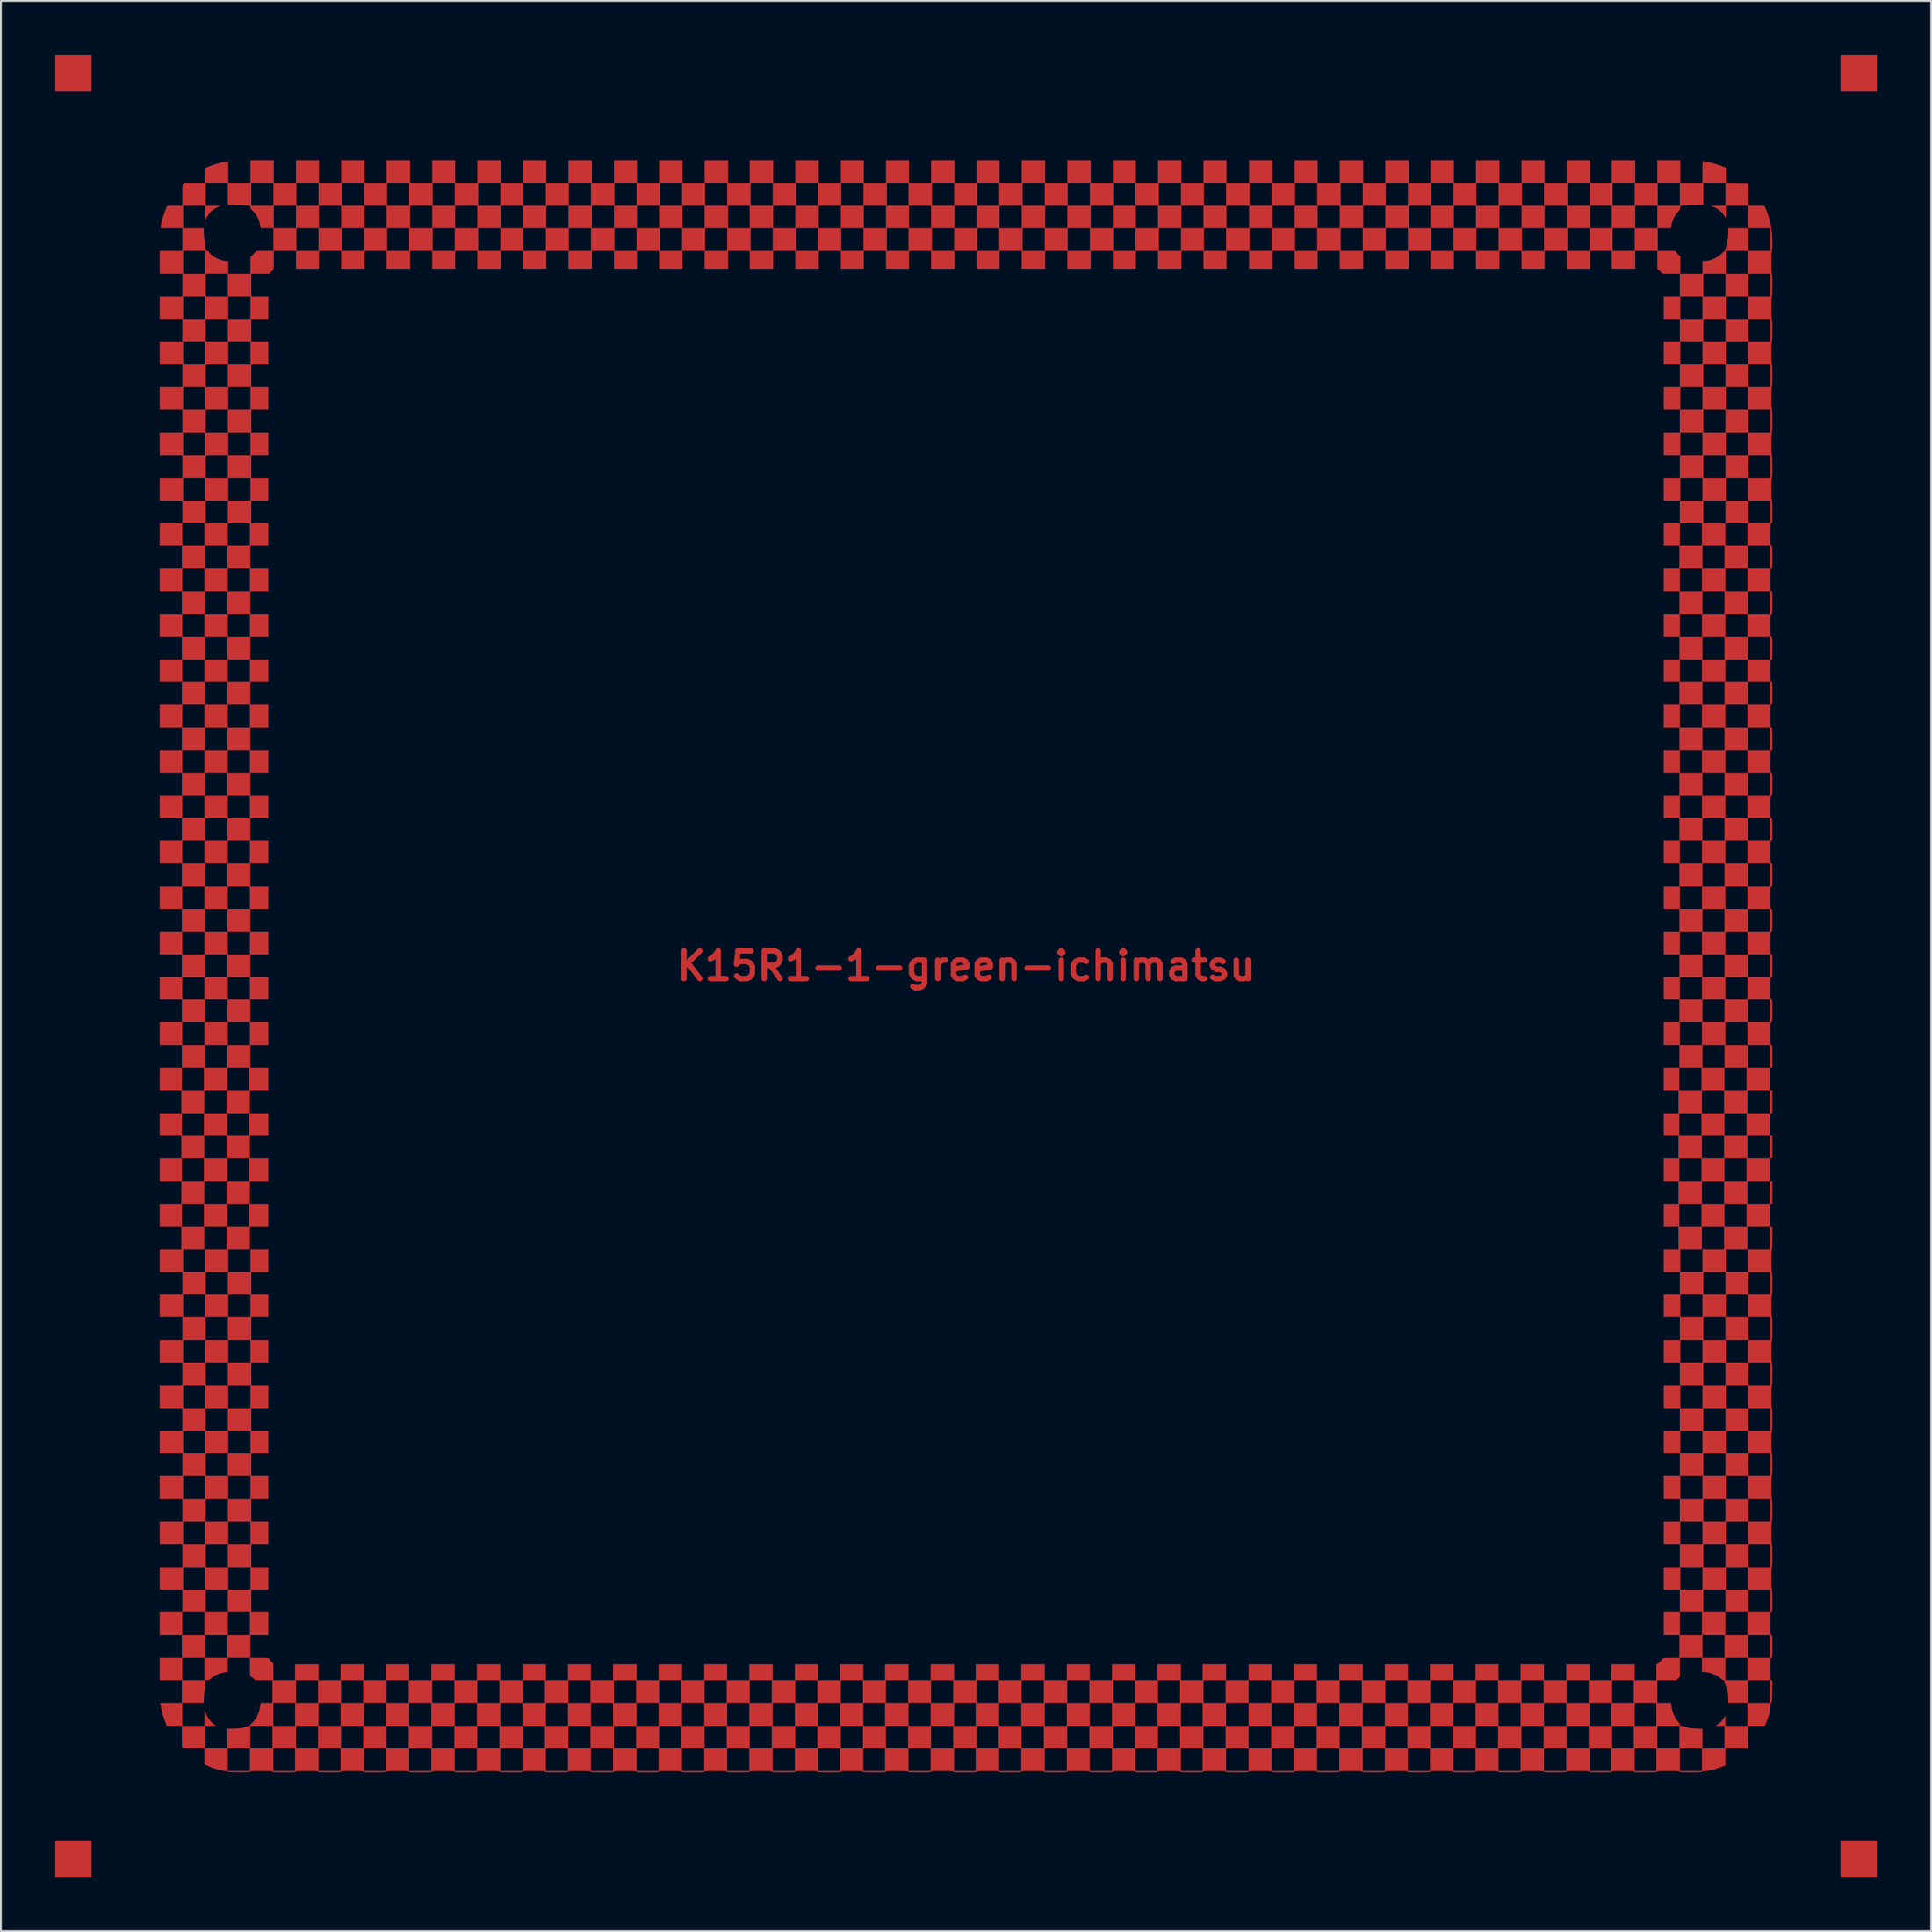
<source format=kicad_pcb>
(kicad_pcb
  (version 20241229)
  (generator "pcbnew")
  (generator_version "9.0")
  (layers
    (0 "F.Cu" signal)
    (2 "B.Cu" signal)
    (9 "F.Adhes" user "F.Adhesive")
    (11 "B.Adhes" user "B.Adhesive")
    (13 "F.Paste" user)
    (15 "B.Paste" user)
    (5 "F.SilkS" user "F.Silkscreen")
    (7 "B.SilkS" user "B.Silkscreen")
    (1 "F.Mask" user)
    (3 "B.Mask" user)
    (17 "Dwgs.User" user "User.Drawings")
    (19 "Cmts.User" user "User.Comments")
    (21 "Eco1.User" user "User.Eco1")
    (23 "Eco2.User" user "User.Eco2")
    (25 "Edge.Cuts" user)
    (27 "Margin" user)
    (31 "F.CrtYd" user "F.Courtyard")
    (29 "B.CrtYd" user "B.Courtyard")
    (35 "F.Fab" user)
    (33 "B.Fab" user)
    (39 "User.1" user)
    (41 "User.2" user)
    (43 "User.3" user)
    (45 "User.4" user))
  (footprint "K15R1-1-green-ichimatsu"
    (layer "F.Cu")
    (at 50.267 50.267)
    (property "Reference" "K15R1-1-green-ichimatsu" (at 0 0 0) (layer "F.Cu") (effects (font (size 1.524 1.524) (thickness 0.3))))
    (attr board_only exclude_from_pos_files exclude_from_bom)
    (fp_poly (pts (xy -48.26 -48.26) (xy -50.267 -48.26) (xy -50.267 -50.267) (xy -48.26 -50.267)) (stroke (width 0) (type solid)) (fill yes) (layer "F.Cu"))
    (fp_poly (pts (xy -48.26 50.267) (xy -50.267 50.267) (xy -50.267 48.26) (xy -48.26 48.26)) (stroke (width 0) (type solid)) (fill yes) (layer "F.Cu"))
    (fp_poly (pts (xy 50.267 -48.26) (xy 48.26 -48.26) (xy 48.26 -50.267) (xy 50.267 -50.267)) (stroke (width 0) (type solid)) (fill yes) (layer "F.Cu"))
    (fp_poly (pts (xy 50.267 50.267) (xy 48.26 50.267) (xy 48.26 48.26) (xy 50.267 48.26)) (stroke (width 0) (type solid)) (fill yes) (layer "F.Cu"))
    (fp_poly (pts (xy -38.202 -43.231) (xy -36.982 -43.231) (xy -36.957 -43.231) (xy -36.957 -41.961) (xy -35.738 -41.961) (xy -35.712 -41.961) (xy -35.712 -40.716) (xy -34.493 -40.716) (xy -34.442 -40.716) (xy -34.442 -39.472) (xy -33.223 -39.472) (xy -33.223 -40.716) (xy -34.442 -40.716) (xy -34.493 -40.716) (xy -34.493 -41.961) (xy -35.712 -41.961) (xy -35.738 -41.961) (xy -35.738 -43.231) (xy -36.957 -43.231) (xy -36.982 -43.231) (xy -36.982 -44.475) (xy -35.712 -44.475) (xy -35.712 -43.231) (xy -34.493 -43.231) (xy -34.442 -43.231) (xy -34.442 -41.961) (xy -33.223 -41.961) (xy -33.198 -41.961) (xy -33.198 -40.716) (xy -31.979 -40.716) (xy -31.953 -40.716) (xy -31.953 -39.472) (xy -30.734 -39.472) (xy -30.734 -40.716) (xy -31.953 -40.716) (xy -31.979 -40.716) (xy -31.979 -41.961) (xy -33.198 -41.961) (xy -33.223 -41.961) (xy -33.223 -43.231) (xy -34.442 -43.231) (xy -34.493 -43.231) (xy -34.493 -44.475) (xy -33.198 -44.475) (xy -33.198 -43.231) (xy -31.979 -43.231) (xy -31.953 -43.231) (xy -31.953 -41.961) (xy -30.734 -41.961) (xy -30.683 -41.961) (xy -30.683 -40.716) (xy -29.464 -40.716) (xy -29.439 -40.716) (xy -29.439 -39.472) (xy -28.219 -39.472) (xy -28.219 -40.716) (xy -29.439 -40.716) (xy -29.464 -40.716) (xy -29.464 -41.961) (xy -30.683 -41.961) (xy -30.734 -41.961) (xy -30.734 -43.231) (xy -31.953 -43.231) (xy -31.979 -43.231) (xy -31.979 -44.475) (xy -30.683 -44.475) (xy -30.683 -43.231) (xy -29.464 -43.231) (xy -29.439 -43.231) (xy -29.439 -41.961) (xy -28.219 -41.961) (xy -28.194 -41.961) (xy -28.194 -40.716) (xy -26.975 -40.716) (xy -26.924 -40.716) (xy -26.924 -39.472) (xy -25.705 -39.472) (xy -25.705 -40.716) (xy -26.924 -40.716) (xy -26.975 -40.716) (xy -26.975 -41.961) (xy -28.194 -41.961) (xy -28.219 -41.961) (xy -28.219 -43.231) (xy -29.439 -43.231) (xy -29.464 -43.231) (xy -29.464 -44.475) (xy -28.194 -44.475) (xy -28.194 -43.231) (xy -26.975 -43.231) (xy -26.924 -43.231) (xy -26.924 -41.961) (xy -25.705 -41.961) (xy -25.679 -41.961) (xy -25.679 -40.716) (xy -24.46 -40.716) (xy -24.435 -40.716) (xy -24.435 -39.472) (xy -23.19 -39.472) (xy -23.19 -40.716) (xy -24.435 -40.716) (xy -24.46 -40.716) (xy -24.46 -41.961) (xy -25.679 -41.961) (xy -25.705 -41.961) (xy -25.705 -43.231) (xy -26.924 -43.231) (xy -26.975 -43.231) (xy -26.975 -44.475) (xy -25.679 -44.475) (xy -25.679 -43.231) (xy -24.46 -43.231) (xy -24.435 -43.231) (xy -24.435 -41.961) (xy -23.19 -41.961) (xy -23.165 -41.961) (xy -23.165 -40.716) (xy -21.946 -40.716) (xy -21.92 -40.716) (xy -21.92 -39.472) (xy -20.701 -39.472) (xy -20.701 -40.716) (xy -21.92 -40.716) (xy -21.946 -40.716) (xy -21.946 -41.961) (xy -23.165 -41.961) (xy -23.19 -41.961) (xy -23.19 -43.231) (xy -24.435 -43.231) (xy -24.46 -43.231) (xy -24.46 -44.475) (xy -23.165 -44.475) (xy -23.165 -43.231) (xy -21.946 -43.231) (xy -21.92 -43.231) (xy -21.92 -41.961) (xy -20.701 -41.961) (xy -20.65 -41.961) (xy -20.65 -40.716) (xy -19.431 -40.716) (xy -19.406 -40.716) (xy -19.406 -39.472) (xy -18.186 -39.472) (xy -18.186 -40.716) (xy -19.406 -40.716) (xy -19.431 -40.716) (xy -19.431 -41.961) (xy -20.65 -41.961) (xy -20.701 -41.961) (xy -20.701 -43.231) (xy -21.92 -43.231) (xy -21.946 -43.231) (xy -21.946 -44.475) (xy -20.65 -44.475) (xy -20.65 -43.231) (xy -19.431 -43.231) (xy -19.406 -43.231) (xy -19.406 -41.961) (xy -18.186 -41.961) (xy -18.161 -41.961) (xy -18.161 -40.716) (xy -16.942 -40.716) (xy -16.891 -40.716) (xy -16.891 -39.472) (xy -15.672 -39.472) (xy -15.672 -40.716) (xy -16.891 -40.716) (xy -16.942 -40.716) (xy -16.942 -41.961) (xy -18.161 -41.961) (xy -18.186 -41.961) (xy -18.186 -43.231) (xy -19.406 -43.231) (xy -19.431 -43.231) (xy -19.431 -44.475) (xy -18.161 -44.475) (xy -18.161 -43.231) (xy -16.942 -43.231) (xy -16.891 -43.231) (xy -16.891 -41.961) (xy -15.672 -41.961) (xy -15.646 -41.961) (xy -15.646 -40.716) (xy -14.427 -40.716) (xy -14.402 -40.716) (xy -14.402 -39.472) (xy -13.183 -39.472) (xy -13.183 -40.716) (xy -14.402 -40.716) (xy -14.427 -40.716) (xy -14.427 -41.961) (xy -15.646 -41.961) (xy -15.672 -41.961) (xy -15.672 -43.231) (xy -16.891 -43.231) (xy -16.942 -43.231) (xy -16.942 -44.475) (xy -15.646 -44.475) (xy -15.646 -43.231) (xy -14.427 -43.231) (xy -14.402 -43.231) (xy -14.402 -41.961) (xy -13.183 -41.961) (xy -13.132 -41.961) (xy -13.132 -40.716) (xy -11.938 -40.716) (xy -11.887 -40.716) (xy -11.887 -39.472) (xy -10.668 -39.472) (xy -10.668 -40.716) (xy -11.887 -40.716) (xy -11.938 -40.716) (xy -11.938 -41.961) (xy -13.132 -41.961) (xy -13.183 -41.961) (xy -13.183 -43.231) (xy -14.402 -43.231) (xy -14.427 -43.231) (xy -14.427 -44.475) (xy -13.132 -44.475) (xy -13.132 -43.231) (xy -11.938 -43.231) (xy -11.887 -43.231) (xy -11.887 -41.961) (xy -10.668 -41.961) (xy -10.643 -41.961) (xy -10.643 -40.716) (xy -9.423 -40.716) (xy -9.398 -40.716) (xy -9.398 -39.472) (xy -8.179 -39.472) (xy -8.179 -40.716) (xy -9.398 -40.716) (xy -9.423 -40.716) (xy -9.423 -41.961) (xy -10.643 -41.961) (xy -10.668 -41.961) (xy -10.668 -43.231) (xy -11.887 -43.231) (xy -11.938 -43.231) (xy -11.938 -44.475) (xy -10.643 -44.475) (xy -10.643 -43.231) (xy -9.423 -43.231) (xy -9.398 -43.231) (xy -9.398 -41.961) (xy -8.179 -41.961) (xy -8.128 -41.961) (xy -8.128 -40.716) (xy -6.909 -40.716) (xy -6.883 -40.716) (xy -6.883 -39.472) (xy -5.664 -39.472) (xy -5.664 -40.716) (xy -6.883 -40.716) (xy -6.909 -40.716) (xy -6.909 -41.961) (xy -8.128 -41.961) (xy -8.179 -41.961) (xy -8.179 -43.231) (xy -9.398 -43.231) (xy -9.423 -43.231) (xy -9.423 -44.475) (xy -8.128 -44.475) (xy -8.128 -43.231) (xy -6.909 -43.231) (xy -6.883 -43.231) (xy -6.883 -41.961) (xy -5.664 -41.961) (xy -5.639 -41.961) (xy -5.639 -40.716) (xy -4.42 -40.716) (xy -4.369 -40.716) (xy -4.369 -39.472) (xy -3.175 -39.472) (xy -3.175 -40.716) (xy -4.369 -40.716) (xy -4.42 -40.716) (xy -4.42 -41.961) (xy -5.639 -41.961) (xy -5.664 -41.961) (xy -5.664 -43.231) (xy -6.883 -43.231) (xy -6.909 -43.231) (xy -6.909 -44.475) (xy -5.639 -44.475) (xy -5.639 -43.231) (xy -4.42 -43.231) (xy -4.369 -43.231) (xy -4.369 -41.961) (xy -3.175 -41.961) (xy -3.15 -41.961) (xy -3.15 -40.716) (xy -1.93 -40.716) (xy -1.88 -40.716) (xy -1.88 -39.472) (xy -0.66 -39.472) (xy -0.66 -40.716) (xy -1.88 -40.716) (xy -1.93 -40.716) (xy -1.93 -41.961) (xy -3.15 -41.961) (xy -3.175 -41.961) (xy -3.175 -43.231) (xy -4.369 -43.231) (xy -4.42 -43.231) (xy -4.42 -44.475) (xy -3.15 -44.475) (xy -3.15 -43.231) (xy -1.93 -43.231) (xy -1.88 -43.231) (xy -1.88 -41.961) (xy -0.66 -41.961) (xy -0.635 -41.961) (xy -0.635 -40.716) (xy 0.584 -40.716) (xy 0.61 -40.716) (xy 0.61 -39.472) (xy 1.829 -39.472) (xy 1.829 -40.716) (xy 0.61 -40.716) (xy 0.584 -40.716) (xy 0.584 -41.961) (xy -0.635 -41.961) (xy -0.66 -41.961) (xy -0.66 -43.231) (xy -1.88 -43.231) (xy -1.93 -43.231) (xy -1.93 -44.475) (xy -0.635 -44.475) (xy -0.635 -43.231) (xy 0.584 -43.231) (xy 0.61 -43.231) (xy 0.61 -41.961) (xy 1.829 -41.961) (xy 1.854 -41.961) (xy 1.854 -40.716) (xy 3.073 -40.716) (xy 3.124 -40.716) (xy 3.124 -39.472) (xy 4.343 -39.472) (xy 4.343 -40.716) (xy 3.124 -40.716) (xy 3.073 -40.716) (xy 3.073 -41.961) (xy 1.854 -41.961) (xy 1.829 -41.961) (xy 1.829 -43.231) (xy 0.61 -43.231) (xy 0.584 -43.231) (xy 0.584 -44.475) (xy 1.854 -44.475) (xy 1.854 -43.231) (xy 3.073 -43.231) (xy 3.124 -43.231) (xy 3.124 -41.961) (xy 4.343 -41.961) (xy 4.369 -41.961) (xy 4.369 -40.716) (xy 5.588 -40.716) (xy 5.613 -40.716) (xy 5.613 -39.472) (xy 6.833 -39.472) (xy 6.833 -40.716) (xy 5.613 -40.716) (xy 5.588 -40.716) (xy 5.588 -41.961) (xy 4.369 -41.961) (xy 4.343 -41.961) (xy 4.343 -43.231) (xy 3.124 -43.231) (xy 3.073 -43.231) (xy 3.073 -44.475) (xy 4.369 -44.475) (xy 4.369 -43.231) (xy 5.588 -43.231) (xy 5.613 -43.231) (xy 5.613 -41.961) (xy 6.833 -41.961) (xy 6.883 -41.961) (xy 6.883 -40.716) (xy 8.103 -40.716) (xy 8.128 -40.716) (xy 8.128 -39.472) (xy 9.347 -39.472) (xy 9.347 -40.716) (xy 8.128 -40.716) (xy 8.103 -40.716) (xy 8.103 -41.961) (xy 6.883 -41.961) (xy 6.833 -41.961) (xy 6.833 -43.231) (xy 5.613 -43.231) (xy 5.588 -43.231) (xy 5.588 -44.475) (xy 6.883 -44.475) (xy 6.883 -43.231) (xy 8.103 -43.231) (xy 8.128 -43.231) (xy 8.128 -41.961) (xy 9.347 -41.961) (xy 9.373 -41.961) (xy 9.373 -40.716) (xy 10.592 -40.716) (xy 10.643 -40.716) (xy 10.643 -39.472) (xy 11.862 -39.472) (xy 11.862 -40.716) (xy 10.643 -40.716) (xy 10.592 -40.716) (xy 10.592 -41.961) (xy 9.373 -41.961) (xy 9.347 -41.961) (xy 9.347 -43.231) (xy 8.128 -43.231) (xy 8.103 -43.231) (xy 8.103 -44.475) (xy 9.373 -44.475) (xy 9.373 -43.231) (xy 10.592 -43.231) (xy 10.643 -43.231) (xy 10.643 -41.961) (xy 11.862 -41.961) (xy 11.887 -41.961) (xy 11.887 -40.716) (xy 13.106 -40.716) (xy 13.132 -40.716) (xy 13.132 -39.472) (xy 14.351 -39.472) (xy 14.351 -40.716) (xy 13.132 -40.716) (xy 13.106 -40.716) (xy 13.106 -41.961) (xy 11.887 -41.961) (xy 11.862 -41.961) (xy 11.862 -43.231) (xy 10.643 -43.231) (xy 10.592 -43.231) (xy 10.592 -44.475) (xy 11.887 -44.475) (xy 11.887 -43.231) (xy 13.106 -43.231) (xy 13.132 -43.231) (xy 13.132 -41.961) (xy 14.351 -41.961) (xy 14.376 -41.961) (xy 14.376 -40.716) (xy 15.621 -40.716) (xy 15.646 -40.716) (xy 15.646 -39.472) (xy 16.866 -39.472) (xy 16.866 -40.716) (xy 15.646 -40.716) (xy 15.621 -40.716) (xy 15.621 -41.961) (xy 14.376 -41.961) (xy 14.351 -41.961) (xy 14.351 -43.231) (xy 13.132 -43.231) (xy 13.106 -43.231) (xy 13.106 -44.475) (xy 14.376 -44.475) (xy 14.376 -43.231) (xy 15.621 -43.231) (xy 15.646 -43.231) (xy 15.646 -41.961) (xy 16.866 -41.961) (xy 16.916 -41.961) (xy 16.916 -40.716) (xy 18.136 -40.716) (xy 18.161 -40.716) (xy 18.161 -39.472) (xy 19.38 -39.472) (xy 19.38 -40.716) (xy 18.161 -40.716) (xy 18.136 -40.716) (xy 18.136 -41.961) (xy 16.916 -41.961) (xy 16.866 -41.961) (xy 16.866 -43.231) (xy 15.646 -43.231) (xy 15.621 -43.231) (xy 15.621 -44.475) (xy 16.916 -44.475) (xy 16.916 -43.231) (xy 18.136 -43.231) (xy 18.161 -43.231) (xy 18.161 -41.961) (xy 19.38 -41.961) (xy 19.406 -41.961) (xy 19.406 -40.716) (xy 20.625 -40.716) (xy 20.676 -40.716) (xy 20.676 -39.472) (xy 21.895 -39.472) (xy 21.895 -40.716) (xy 20.676 -40.716) (xy 20.625 -40.716) (xy 20.625 -41.961) (xy 19.406 -41.961) (xy 19.38 -41.961) (xy 19.38 -43.231) (xy 18.161 -43.231) (xy 18.136 -43.231) (xy 18.136 -44.475) (xy 19.406 -44.475) (xy 19.406 -43.231) (xy 20.625 -43.231) (xy 20.676 -43.231) (xy 20.676 -41.961) (xy 21.895 -41.961) (xy 21.92 -41.961) (xy 21.92 -40.716) (xy 23.139 -40.716) (xy 23.165 -40.716) (xy 23.165 -39.472) (xy 24.384 -39.472) (xy 24.384 -40.716) (xy 23.165 -40.716) (xy 23.139 -40.716) (xy 23.139 -41.961) (xy 21.92 -41.961) (xy 21.895 -41.961) (xy 21.895 -43.231) (xy 20.676 -43.231) (xy 20.625 -43.231) (xy 20.625 -44.475) (xy 21.92 -44.475) (xy 21.92 -43.231) (xy 23.139 -43.231) (xy 23.165 -43.231) (xy 23.165 -41.961) (xy 24.384 -41.961) (xy 24.435 -41.961) (xy 24.435 -40.716) (xy 25.629 -40.716) (xy 25.679 -40.716) (xy 25.679 -39.472) (xy 26.899 -39.472) (xy 26.899 -40.716) (xy 25.679 -40.716) (xy 25.629 -40.716) (xy 25.629 -41.961) (xy 24.435 -41.961) (xy 24.384 -41.961) (xy 24.384 -43.231) (xy 23.165 -43.231) (xy 23.139 -43.231) (xy 23.139 -44.475) (xy 24.435 -44.475) (xy 24.435 -43.231) (xy 25.629 -43.231) (xy 25.679 -43.231) (xy 25.679 -41.961) (xy 26.899 -41.961) (xy 26.924 -41.961) (xy 26.924 -40.716) (xy 28.143 -40.716) (xy 28.169 -40.716) (xy 28.169 -39.472) (xy 29.388 -39.472) (xy 29.388 -40.716) (xy 28.169 -40.716) (xy 28.143 -40.716) (xy 28.143 -41.961) (xy 26.924 -41.961) (xy 26.899 -41.961) (xy 26.899 -43.231) (xy 25.679 -43.231) (xy 25.629 -43.231) (xy 25.629 -44.475) (xy 26.924 -44.475) (xy 26.924 -43.231) (xy 28.143 -43.231) (xy 28.169 -43.231) (xy 28.169 -41.961) (xy 29.388 -41.961) (xy 29.439 -41.961) (xy 29.439 -40.716) (xy 30.658 -40.716) (xy 30.683 -40.716) (xy 30.683 -39.472) (xy 31.902 -39.472) (xy 31.902 -40.716) (xy 30.683 -40.716) (xy 30.658 -40.716) (xy 30.658 -41.961) (xy 29.439 -41.961) (xy 29.388 -41.961) (xy 29.388 -43.231) (xy 28.169 -43.231) (xy 28.143 -43.231) (xy 28.143 -44.475) (xy 29.439 -44.475) (xy 29.439 -43.231) (xy 30.658 -43.231) (xy 30.683 -43.231) (xy 30.683 -41.961) (xy 31.902 -41.961) (xy 31.928 -41.961) (xy 31.928 -40.716) (xy 33.147 -40.716) (xy 33.198 -40.716) (xy 33.198 -39.472) (xy 34.417 -39.472) (xy 34.417 -40.716) (xy 33.198 -40.716) (xy 33.147 -40.716) (xy 33.147 -41.961) (xy 31.928 -41.961) (xy 31.902 -41.961) (xy 31.902 -43.231) (xy 30.683 -43.231) (xy 30.658 -43.231) (xy 30.658 -44.475) (xy 31.928 -44.475) (xy 31.928 -43.231) (xy 33.147 -43.231) (xy 33.198 -43.231) (xy 33.198 -41.961) (xy 34.417 -41.961) (xy 34.442 -41.961) (xy 34.442 -40.716) (xy 35.636 -40.716) (xy 35.687 -40.716) (xy 35.687 -39.472) (xy 36.906 -39.472) (xy 36.906 -40.716) (xy 35.687 -40.716) (xy 35.636 -40.716) (xy 35.636 -41.961) (xy 34.442 -41.961) (xy 34.417 -41.961) (xy 34.417 -43.231) (xy 33.198 -43.231) (xy 33.147 -43.231) (xy 33.147 -44.475) (xy 34.442 -44.475) (xy 34.442 -43.231) (xy 35.636 -43.231) (xy 35.687 -43.231) (xy 35.687 -41.961) (xy 36.906 -41.961) (xy 36.932 -41.961) (xy 36.932 -40.716) (xy 38.151 -40.716) (xy 38.176 -40.716) (xy 38.176 -39.472) (xy 38.665 -39.471) (xy 39.154 -39.471) (xy 39.217 -39.379) (xy 39.275 -39.307) (xy 39.338 -39.245) (xy 39.35 -39.235) (xy 39.421 -39.183) (xy 39.421 -38.202) (xy 40.64 -38.202) (xy 40.691 -38.202) (xy 40.691 -36.957) (xy 41.91 -36.957) (xy 41.935 -36.957) (xy 41.935 -35.712) (xy 43.155 -35.712) (xy 43.18 -35.712) (xy 43.18 -34.468) (xy 44.399 -34.468) (xy 44.399 -35.712) (xy 43.18 -35.712) (xy 43.155 -35.712) (xy 43.155 -36.957) (xy 41.935 -36.957) (xy 41.91 -36.957) (xy 41.91 -38.202) (xy 40.691 -38.202) (xy 40.64 -38.202) (xy 40.64 -38.913) (xy 40.762 -38.913) (xy 40.966 -38.934) (xy 41.179 -38.995) (xy 41.384 -39.089) (xy 41.568 -39.208) (xy 41.69 -39.319) (xy 41.76 -39.39) (xy 41.822 -39.444) (xy 41.864 -39.47) (xy 41.871 -39.472) (xy 41.935 -39.472) (xy 41.935 -38.202) (xy 43.155 -38.202) (xy 43.18 -38.202) (xy 43.18 -36.957) (xy 44.399 -36.957) (xy 44.399 -38.202) (xy 43.18 -38.202) (xy 43.155 -38.202) (xy 43.155 -39.472) (xy 41.935 -39.472) (xy 41.871 -39.472) (xy 41.901 -39.492) (xy 41.91 -39.549) (xy 41.918 -39.615) (xy 41.939 -39.706) (xy 41.96 -39.773) (xy 42.023 -40.022) (xy 42.059 -40.303) (xy 42.066 -40.493) (xy 42.067 -40.716) (xy 43.155 -40.716) (xy 43.18 -40.716) (xy 43.18 -39.472) (xy 44.399 -39.472) (xy 44.399 -40.716) (xy 43.18 -40.716) (xy 43.155 -40.716) (xy 43.155 -41.961) (xy 41.935 -41.961) (xy 41.935 -41.612) (xy 41.935 -41.262) (xy 41.862 -41.389) (xy 41.723 -41.58) (xy 41.547 -41.738) (xy 41.336 -41.863) (xy 41.22 -41.91) (xy 41.084 -41.959) (xy 41.91 -41.961) (xy 41.91 -43.231) (xy 40.691 -43.231) (xy 40.691 -42.017) (xy 40.354 -42.002) (xy 40.191 -41.994) (xy 40.01 -41.985) (xy 39.836 -41.977) (xy 39.719 -41.971) (xy 39.421 -41.955) (xy 39.421 -41.862) (xy 39.415 -41.806) (xy 39.393 -41.755) (xy 39.347 -41.694) (xy 39.284 -41.627) (xy 39.139 -41.442) (xy 39.027 -41.222) (xy 38.952 -40.974) (xy 38.942 -40.928) (xy 38.902 -40.716) (xy 38.176 -40.716) (xy 38.151 -40.716) (xy 38.151 -41.961) (xy 36.932 -41.961) (xy 36.906 -41.961) (xy 36.906 -43.231) (xy 35.687 -43.231) (xy 35.636 -43.231) (xy 35.636 -44.475) (xy 36.932 -44.475) (xy 36.932 -43.231) (xy 38.151 -43.231) (xy 38.176 -43.231) (xy 38.176 -41.961) (xy 39.395 -41.961) (xy 39.395 -43.231) (xy 38.176 -43.231) (xy 38.151 -43.231) (xy 38.151 -44.475) (xy 39.421 -44.475) (xy 39.421 -43.231) (xy 40.64 -43.231) (xy 40.64 -43.828) (xy 40.641 -43.996) (xy 40.642 -44.145) (xy 40.645 -44.27) (xy 40.649 -44.362) (xy 40.653 -44.415) (xy 40.656 -44.425) (xy 40.685 -44.42) (xy 40.755 -44.407) (xy 40.854 -44.387) (xy 40.972 -44.364) (xy 40.985 -44.361) (xy 41.125 -44.331) (xy 41.262 -44.295) (xy 41.407 -44.252) (xy 41.57 -44.197) (xy 41.764 -44.128) (xy 41.866 -44.09) (xy 41.935 -44.064) (xy 41.935 -43.232) (xy 43.167 -43.218) (xy 43.174 -42.589) (xy 43.181 -41.961) (xy 43.622 -41.961) (xy 44.062 -41.961) (xy 44.143 -41.78) (xy 44.274 -41.451) (xy 44.373 -41.116) (xy 44.442 -40.764) (xy 44.484 -40.387) (xy 44.5 -39.975) (xy 44.5 -39.922) (xy 44.499 -39.749) (xy 44.495 -39.615) (xy 44.489 -39.523) (xy 44.48 -39.477) (xy 44.475 -39.472) (xy 44.467 -39.447) (xy 44.46 -39.373) (xy 44.455 -39.253) (xy 44.451 -39.089) (xy 44.45 -38.882) (xy 44.45 -38.837) (xy 44.451 -38.622) (xy 44.454 -38.449) (xy 44.459 -38.32) (xy 44.465 -38.237) (xy 44.474 -38.203) (xy 44.475 -38.202) (xy 44.484 -38.177) (xy 44.491 -38.103) (xy 44.496 -37.983) (xy 44.499 -37.819) (xy 44.501 -37.613) (xy 44.501 -37.579) (xy 44.5 -37.367) (xy 44.497 -37.197) (xy 44.492 -37.071) (xy 44.485 -36.99) (xy 44.477 -36.958) (xy 44.475 -36.957) (xy 44.467 -36.932) (xy 44.46 -36.858) (xy 44.455 -36.739) (xy 44.451 -36.575) (xy 44.45 -36.369) (xy 44.45 -36.335) (xy 44.451 -36.123) (xy 44.454 -35.953) (xy 44.459 -35.826) (xy 44.466 -35.745) (xy 44.474 -35.713) (xy 44.475 -35.712) (xy 44.484 -35.687) (xy 44.491 -35.614) (xy 44.496 -35.494) (xy 44.499 -35.33) (xy 44.501 -35.124) (xy 44.501 -35.09) (xy 44.5 -34.878) (xy 44.497 -34.708) (xy 44.492 -34.581) (xy 44.485 -34.501) (xy 44.477 -34.468) (xy 44.475 -34.468) (xy 44.467 -34.443) (xy 44.46 -34.369) (xy 44.455 -34.249) (xy 44.451 -34.085) (xy 44.45 -33.878) (xy 44.45 -33.833) (xy 44.451 -33.618) (xy 44.454 -33.446) (xy 44.459 -33.317) (xy 44.465 -33.234) (xy 44.474 -33.199) (xy 44.475 -33.198) (xy 44.484 -33.173) (xy 44.491 -33.099) (xy 44.496 -32.979) (xy 44.499 -32.815) (xy 44.501 -32.61) (xy 44.501 -32.575) (xy 44.5 -32.364) (xy 44.497 -32.193) (xy 44.492 -32.067) (xy 44.485 -31.986) (xy 44.477 -31.954) (xy 44.475 -31.953) (xy 44.467 -31.928) (xy 44.46 -31.855) (xy 44.455 -31.735) (xy 44.451 -31.571) (xy 44.45 -31.365) (xy 44.45 -31.331) (xy 44.451 -31.119) (xy 44.454 -30.949) (xy 44.459 -30.822) (xy 44.466 -30.742) (xy 44.474 -30.709) (xy 44.475 -30.709) (xy 44.484 -30.684) (xy 44.491 -30.61) (xy 44.496 -30.49) (xy 44.499 -30.326) (xy 44.501 -30.119) (xy 44.501 -30.074) (xy 44.5 -29.859) (xy 44.497 -29.686) (xy 44.492 -29.557) (xy 44.485 -29.474) (xy 44.477 -29.44) (xy 44.475 -29.439) (xy 44.467 -29.414) (xy 44.46 -29.34) (xy 44.455 -29.22) (xy 44.451 -29.056) (xy 44.45 -28.85) (xy 44.45 -28.816) (xy 44.451 -28.604) (xy 44.454 -28.434) (xy 44.459 -28.308) (xy 44.466 -28.227) (xy 44.474 -28.195) (xy 44.475 -28.194) (xy 44.484 -28.169) (xy 44.491 -28.095) (xy 44.496 -27.976) (xy 44.499 -27.812) (xy 44.501 -27.606) (xy 44.501 -27.572) (xy 44.5 -27.36) (xy 44.497 -27.19) (xy 44.492 -27.063) (xy 44.485 -26.982) (xy 44.477 -26.95) (xy 44.475 -26.949) (xy 44.467 -26.924) (xy 44.46 -26.851) (xy 44.455 -26.731) (xy 44.451 -26.566) (xy 44.45 -26.36) (xy 44.45 -26.314) (xy 44.451 -26.1) (xy 44.454 -25.927) (xy 44.459 -25.798) (xy 44.465 -25.715) (xy 44.474 -25.68) (xy 44.475 -25.679) (xy 44.484 -25.654) (xy 44.491 -25.581) (xy 44.496 -25.461) (xy 44.499 -25.297) (xy 44.501 -25.091) (xy 44.501 -25.057) (xy 44.501 -24.864) (xy 44.5 -24.715) (xy 44.498 -24.606) (xy 44.495 -24.529) (xy 44.489 -24.48) (xy 44.481 -24.451) (xy 44.47 -24.438) (xy 44.456 -24.435) (xy 44.45 -24.435) (xy 44.434 -24.433) (xy 44.422 -24.424) (xy 44.413 -24.402) (xy 44.407 -24.36) (xy 44.403 -24.293) (xy 44.401 -24.195) (xy 44.399 -24.061) (xy 44.399 -23.883) (xy 44.399 -23.812) (xy 44.399 -23.619) (xy 44.4 -23.471) (xy 44.402 -23.361) (xy 44.405 -23.284) (xy 44.411 -23.235) (xy 44.419 -23.207) (xy 44.43 -23.194) (xy 44.444 -23.19) (xy 44.45 -23.19) (xy 44.466 -23.188) (xy 44.478 -23.179) (xy 44.487 -23.157) (xy 44.493 -23.115) (xy 44.497 -23.049) (xy 44.499 -22.951) (xy 44.501 -22.816) (xy 44.501 -22.638) (xy 44.501 -22.568) (xy 44.501 -22.374) (xy 44.5 -22.226) (xy 44.498 -22.116) (xy 44.495 -22.04) (xy 44.489 -21.99) (xy 44.481 -21.962) (xy 44.47 -21.949) (xy 44.456 -21.946) (xy 44.45 -21.946) (xy 44.434 -21.944) (xy 44.422 -21.935) (xy 44.413 -21.913) (xy 44.407 -21.872) (xy 44.403 -21.806) (xy 44.401 -21.709) (xy 44.4 -21.576) (xy 44.399 -21.4) (xy 44.399 -21.311) (xy 44.399 -21.115) (xy 44.4 -20.964) (xy 44.402 -20.853) (xy 44.405 -20.774) (xy 44.41 -20.723) (xy 44.418 -20.694) (xy 44.429 -20.68) (xy 44.443 -20.676) (xy 44.45 -20.676) (xy 44.466 -20.674) (xy 44.478 -20.665) (xy 44.487 -20.642) (xy 44.493 -20.601) (xy 44.497 -20.534) (xy 44.499 -20.436) (xy 44.501 -20.301) (xy 44.501 -20.124) (xy 44.501 -20.053) (xy 44.501 -19.86) (xy 44.5 -19.711) (xy 44.498 -19.602) (xy 44.495 -19.525) (xy 44.489 -19.476) (xy 44.481 -19.448) (xy 44.47 -19.435) (xy 44.456 -19.431) (xy 44.45 -19.431) (xy 44.434 -19.429) (xy 44.422 -19.42) (xy 44.413 -19.398) (xy 44.407 -19.356) (xy 44.403 -19.289) (xy 44.401 -19.192) (xy 44.399 -19.057) (xy 44.399 -18.879) (xy 44.399 -18.809) (xy 44.399 -18.615) (xy 44.4 -18.467) (xy 44.402 -18.357) (xy 44.405 -18.281) (xy 44.411 -18.231) (xy 44.419 -18.203) (xy 44.43 -18.19) (xy 44.444 -18.187) (xy 44.45 -18.186) (xy 44.466 -18.185) (xy 44.478 -18.176) (xy 44.487 -18.154) (xy 44.493 -18.112) (xy 44.497 -18.046) (xy 44.499 -17.95) (xy 44.5 -17.816) (xy 44.501 -17.641) (xy 44.501 -17.551) (xy 44.501 -17.356) (xy 44.5 -17.205) (xy 44.498 -17.093) (xy 44.495 -17.015) (xy 44.49 -16.964) (xy 44.482 -16.935) (xy 44.471 -16.921) (xy 44.457 -16.917) (xy 44.45 -16.916) (xy 44.434 -16.915) (xy 44.422 -16.906) (xy 44.413 -16.883) (xy 44.407 -16.842) (xy 44.403 -16.775) (xy 44.401 -16.677) (xy 44.399 -16.542) (xy 44.399 -16.365) (xy 44.399 -16.294) (xy 44.399 -16.101) (xy 44.4 -15.952) (xy 44.402 -15.843) (xy 44.405 -15.766) (xy 44.411 -15.717) (xy 44.419 -15.688) (xy 44.43 -15.675) (xy 44.444 -15.672) (xy 44.45 -15.672) (xy 44.466 -15.67) (xy 44.478 -15.661) (xy 44.487 -15.639) (xy 44.493 -15.597) (xy 44.497 -15.53) (xy 44.499 -15.432) (xy 44.501 -15.298) (xy 44.501 -15.12) (xy 44.501 -15.05) (xy 44.501 -14.856) (xy 44.5 -14.708) (xy 44.498 -14.598) (xy 44.495 -14.521) (xy 44.489 -14.472) (xy 44.481 -14.444) (xy 44.47 -14.431) (xy 44.456 -14.427) (xy 44.45 -14.427) (xy 44.434 -14.426) (xy 44.422 -14.417) (xy 44.413 -14.394) (xy 44.407 -14.353) (xy 44.403 -14.287) (xy 44.401 -14.191) (xy 44.4 -14.057) (xy 44.399 -13.881) (xy 44.399 -13.792) (xy 44.399 -13.597) (xy 44.4 -13.446) (xy 44.402 -13.334) (xy 44.405 -13.256) (xy 44.41 -13.205) (xy 44.418 -13.175) (xy 44.429 -13.161) (xy 44.443 -13.157) (xy 44.45 -13.157) (xy 44.466 -13.155) (xy 44.478 -13.146) (xy 44.487 -13.124) (xy 44.493 -13.082) (xy 44.497 -13.016) (xy 44.499 -12.918) (xy 44.501 -12.783) (xy 44.501 -12.605) (xy 44.501 -12.535) (xy 44.501 -12.341) (xy 44.5 -12.193) (xy 44.498 -12.083) (xy 44.495 -12.007) (xy 44.489 -11.957) (xy 44.481 -11.929) (xy 44.47 -11.916) (xy 44.456 -11.913) (xy 44.45 -11.913) (xy 44.434 -11.911) (xy 44.422 -11.902) (xy 44.413 -11.879) (xy 44.407 -11.838) (xy 44.403 -11.771) (xy 44.401 -11.673) (xy 44.399 -11.538) (xy 44.399 -11.361) (xy 44.399 -11.29) (xy 44.399 -11.097) (xy 44.4 -10.948) (xy 44.402 -10.839) (xy 44.405 -10.762) (xy 44.411 -10.713) (xy 44.419 -10.685) (xy 44.43 -10.672) (xy 44.444 -10.668) (xy 44.45 -10.668) (xy 44.466 -10.666) (xy 44.478 -10.657) (xy 44.487 -10.635) (xy 44.493 -10.593) (xy 44.497 -10.526) (xy 44.499 -10.429) (xy 44.501 -10.294) (xy 44.501 -10.116) (xy 44.501 -10.046) (xy 44.501 -9.852) (xy 44.5 -9.704) (xy 44.498 -9.594) (xy 44.495 -9.518) (xy 44.489 -9.468) (xy 44.481 -9.44) (xy 44.47 -9.427) (xy 44.456 -9.424) (xy 44.45 -9.423) (xy 44.434 -9.422) (xy 44.422 -9.413) (xy 44.413 -9.391) (xy 44.407 -9.349) (xy 44.403 -9.283) (xy 44.401 -9.187) (xy 44.4 -9.053) (xy 44.399 -8.878) (xy 44.399 -8.788) (xy 44.399 -8.593) (xy 44.4 -8.442) (xy 44.402 -8.33) (xy 44.405 -8.252) (xy 44.41 -8.201) (xy 44.418 -8.172) (xy 44.429 -8.158) (xy 44.443 -8.154) (xy 44.45 -8.153) (xy 44.466 -8.152) (xy 44.478 -8.143) (xy 44.487 -8.12) (xy 44.493 -8.079) (xy 44.497 -8.012) (xy 44.499 -7.914) (xy 44.501 -7.779) (xy 44.501 -7.602) (xy 44.501 -7.531) (xy 44.501 -7.338) (xy 44.5 -7.189) (xy 44.498 -7.08) (xy 44.495 -7.003) (xy 44.489 -6.954) (xy 44.481 -6.925) (xy 44.47 -6.912) (xy 44.456 -6.909) (xy 44.45 -6.909) (xy 44.434 -6.907) (xy 44.422 -6.898) (xy 44.413 -6.876) (xy 44.407 -6.834) (xy 44.403 -6.767) (xy 44.401 -6.669) (xy 44.399 -6.535) (xy 44.399 -6.357) (xy 44.399 -6.287) (xy 44.399 -6.093) (xy 44.4 -5.945) (xy 44.402 -5.835) (xy 44.405 -5.758) (xy 44.411 -5.709) (xy 44.419 -5.681) (xy 44.43 -5.668) (xy 44.444 -5.664) (xy 44.45 -5.664) (xy 44.466 -5.663) (xy 44.478 -5.654) (xy 44.487 -5.631) (xy 44.493 -5.59) (xy 44.497 -5.524) (xy 44.499 -5.428) (xy 44.5 -5.294) (xy 44.501 -5.118) (xy 44.501 -5.029) (xy 44.501 -4.834) (xy 44.5 -4.683) (xy 44.498 -4.571) (xy 44.495 -4.493) (xy 44.49 -4.442) (xy 44.482 -4.412) (xy 44.471 -4.398) (xy 44.457 -4.394) (xy 44.45 -4.394) (xy 44.434 -4.392) (xy 44.422 -4.383) (xy 44.413 -4.361) (xy 44.407 -4.319) (xy 44.403 -4.253) (xy 44.401 -4.155) (xy 44.399 -4.02) (xy 44.399 -3.842) (xy 44.399 -3.772) (xy 44.399 -3.578) (xy 44.4 -3.43) (xy 44.402 -3.32) (xy 44.405 -3.244) (xy 44.411 -3.194) (xy 44.419 -3.166) (xy 44.43 -3.153) (xy 44.444 -3.15) (xy 44.45 -3.15) (xy 44.466 -3.148) (xy 44.478 -3.139) (xy 44.487 -3.116) (xy 44.493 -3.075) (xy 44.497 -3.008) (xy 44.499 -2.91) (xy 44.501 -2.775) (xy 44.501 -2.598) (xy 44.501 -2.527) (xy 44.501 -2.334) (xy 44.5 -2.185) (xy 44.498 -2.076) (xy 44.495 -1.999) (xy 44.489 -1.95) (xy 44.481 -1.922) (xy 44.47 -1.909) (xy 44.456 -1.905) (xy 44.45 -1.905) (xy 44.434 -1.903) (xy 44.422 -1.894) (xy 44.413 -1.872) (xy 44.407 -1.831) (xy 44.403 -1.765) (xy 44.401 -1.668) (xy 44.4 -1.535) (xy 44.399 -1.359) (xy 44.399 -1.27) (xy 44.399 -1.074) (xy 44.4 -0.924) (xy 44.402 -0.812) (xy 44.405 -0.734) (xy 44.41 -0.683) (xy 44.418 -0.653) (xy 44.429 -0.639) (xy 44.443 -0.635) (xy 44.45 -0.635) (xy 44.466 -0.633) (xy 44.478 -0.624) (xy 44.487 -0.602) (xy 44.493 -0.56) (xy 44.497 -0.493) (xy 44.499 -0.396) (xy 44.501 -0.261) (xy 44.501 -0.083) (xy 44.501 -0.013) (xy 44.501 0.181) (xy 44.5 0.329) (xy 44.498 0.439) (xy 44.495 0.515) (xy 44.489 0.565) (xy 44.481 0.593) (xy 44.47 0.606) (xy 44.456 0.609) (xy 44.45 0.61) (xy 44.434 0.611) (xy 44.422 0.62) (xy 44.413 0.643) (xy 44.407 0.684) (xy 44.403 0.751) (xy 44.401 0.849) (xy 44.399 0.984) (xy 44.399 1.161) (xy 44.399 1.232) (xy 44.399 1.425) (xy 44.4 1.574) (xy 44.402 1.683) (xy 44.405 1.76) (xy 44.411 1.809) (xy 44.419 1.838) (xy 44.43 1.851) (xy 44.444 1.854) (xy 44.45 1.854) (xy 44.466 1.856) (xy 44.478 1.865) (xy 44.487 1.887) (xy 44.493 1.929) (xy 44.497 1.996) (xy 44.499 2.094) (xy 44.501 2.228) (xy 44.501 2.406) (xy 44.501 2.477) (xy 44.501 2.67) (xy 44.5 2.818) (xy 44.498 2.928) (xy 44.495 3.005) (xy 44.489 3.054) (xy 44.481 3.082) (xy 44.47 3.095) (xy 44.456 3.099) (xy 44.45 3.099) (xy 44.434 3.1) (xy 44.422 3.109) (xy 44.413 3.132) (xy 44.407 3.173) (xy 44.403 3.239) (xy 44.401 3.335) (xy 44.4 3.469) (xy 44.399 3.645) (xy 44.399 3.734) (xy 44.399 3.929) (xy 44.4 4.08) (xy 44.402 4.192) (xy 44.405 4.27) (xy 44.41 4.321) (xy 44.418 4.351) (xy 44.429 4.365) (xy 44.443 4.369) (xy 44.45 4.369) (xy 44.466 4.371) (xy 44.478 4.38) (xy 44.487 4.402) (xy 44.493 4.444) (xy 44.497 4.51) (xy 44.499 4.608) (xy 44.501 4.743) (xy 44.501 4.921) (xy 44.501 4.991) (xy 44.501 5.613) (xy 44.374 5.613) (xy 44.374 6.858) (xy 44.501 6.858) (xy 44.501 8.128) (xy 44.374 8.128) (xy 44.374 9.373) (xy 44.501 9.373) (xy 44.501 10.617) (xy 44.374 10.617) (xy 44.374 11.887) (xy 44.501 11.887) (xy 44.501 13.132) (xy 44.374 13.132) (xy 44.374 14.376) (xy 44.501 14.376) (xy 44.501 14.999) (xy 44.5 15.211) (xy 44.497 15.381) (xy 44.492 15.507) (xy 44.485 15.588) (xy 44.477 15.62) (xy 44.475 15.621) (xy 44.467 15.646) (xy 44.46 15.72) (xy 44.455 15.84) (xy 44.451 16.004) (xy 44.45 16.21) (xy 44.45 16.256) (xy 44.451 16.47) (xy 44.454 16.643) (xy 44.459 16.772) (xy 44.465 16.855) (xy 44.474 16.89) (xy 44.475 16.891) (xy 44.484 16.916) (xy 44.491 16.99) (xy 44.496 17.109) (xy 44.499 17.273) (xy 44.501 17.479) (xy 44.501 17.513) (xy 44.5 17.725) (xy 44.497 17.895) (xy 44.492 18.022) (xy 44.485 18.103) (xy 44.477 18.135) (xy 44.475 18.136) (xy 44.467 18.161) (xy 44.46 18.234) (xy 44.455 18.354) (xy 44.451 18.518) (xy 44.45 18.724) (xy 44.45 18.758) (xy 44.451 18.97) (xy 44.454 19.14) (xy 44.459 19.267) (xy 44.466 19.347) (xy 44.474 19.38) (xy 44.475 19.38) (xy 44.484 19.405) (xy 44.491 19.479) (xy 44.496 19.599) (xy 44.499 19.763) (xy 44.501 19.97) (xy 44.501 20.015) (xy 44.5 20.23) (xy 44.497 20.402) (xy 44.492 20.531) (xy 44.485 20.614) (xy 44.477 20.649) (xy 44.475 20.65) (xy 44.467 20.675) (xy 44.46 20.749) (xy 44.455 20.869) (xy 44.451 21.033) (xy 44.45 21.238) (xy 44.45 21.273) (xy 44.451 21.484) (xy 44.454 21.655) (xy 44.459 21.781) (xy 44.466 21.862) (xy 44.474 21.894) (xy 44.475 21.895) (xy 44.484 21.92) (xy 44.491 21.993) (xy 44.496 22.113) (xy 44.499 22.277) (xy 44.501 22.483) (xy 44.501 22.517) (xy 44.5 22.729) (xy 44.497 22.899) (xy 44.492 23.026) (xy 44.485 23.106) (xy 44.477 23.139) (xy 44.475 23.139) (xy 44.467 23.164) (xy 44.46 23.238) (xy 44.455 23.358) (xy 44.451 23.522) (xy 44.45 23.729) (xy 44.45 23.774) (xy 44.451 23.989) (xy 44.454 24.162) (xy 44.459 24.291) (xy 44.465 24.374) (xy 44.474 24.408) (xy 44.475 24.409) (xy 44.484 24.434) (xy 44.491 24.508) (xy 44.496 24.628) (xy 44.499 24.792) (xy 44.501 24.998) (xy 44.501 25.032) (xy 44.5 25.244) (xy 44.497 25.414) (xy 44.492 25.54) (xy 44.485 25.621) (xy 44.477 25.653) (xy 44.475 25.654) (xy 44.467 25.679) (xy 44.46 25.753) (xy 44.455 25.872) (xy 44.451 26.036) (xy 44.45 26.242) (xy 44.45 26.276) (xy 44.451 26.488) (xy 44.454 26.658) (xy 44.459 26.785) (xy 44.466 26.866) (xy 44.474 26.898) (xy 44.475 26.899) (xy 44.484 26.924) (xy 44.491 26.997) (xy 44.496 27.117) (xy 44.499 27.281) (xy 44.501 27.487) (xy 44.501 27.521) (xy 44.5 27.733) (xy 44.497 27.903) (xy 44.492 28.03) (xy 44.485 28.11) (xy 44.477 28.143) (xy 44.475 28.143) (xy 44.467 28.168) (xy 44.46 28.242) (xy 44.455 28.362) (xy 44.451 28.526) (xy 44.45 28.733) (xy 44.45 28.778) (xy 44.451 28.993) (xy 44.454 29.165) (xy 44.459 29.294) (xy 44.465 29.377) (xy 44.474 29.412) (xy 44.475 29.413) (xy 44.484 29.438) (xy 44.491 29.512) (xy 44.496 29.632) (xy 44.499 29.796) (xy 44.501 30.001) (xy 44.501 30.035) (xy 44.5 30.247) (xy 44.497 30.418) (xy 44.492 30.544) (xy 44.485 30.625) (xy 44.477 30.657) (xy 44.475 30.658) (xy 44.467 30.683) (xy 44.46 30.756) (xy 44.455 30.876) (xy 44.451 31.04) (xy 44.45 31.246) (xy 44.45 31.28) (xy 44.451 31.492) (xy 44.454 31.662) (xy 44.459 31.789) (xy 44.466 31.869) (xy 44.474 31.902) (xy 44.475 31.902) (xy 44.484 31.927) (xy 44.491 32.001) (xy 44.496 32.121) (xy 44.499 32.285) (xy 44.501 32.492) (xy 44.501 32.537) (xy 44.5 32.752) (xy 44.497 32.925) (xy 44.492 33.054) (xy 44.485 33.137) (xy 44.477 33.171) (xy 44.475 33.172) (xy 44.467 33.197) (xy 44.46 33.271) (xy 44.455 33.391) (xy 44.451 33.555) (xy 44.45 33.761) (xy 44.45 33.795) (xy 44.451 34.007) (xy 44.454 34.177) (xy 44.459 34.303) (xy 44.466 34.384) (xy 44.474 34.416) (xy 44.475 34.417) (xy 44.484 34.442) (xy 44.491 34.516) (xy 44.496 34.635) (xy 44.499 34.799) (xy 44.501 35.005) (xy 44.501 35.039) (xy 44.501 35.233) (xy 44.5 35.381) (xy 44.498 35.491) (xy 44.495 35.567) (xy 44.489 35.617) (xy 44.481 35.645) (xy 44.47 35.658) (xy 44.456 35.661) (xy 44.45 35.662) (xy 44.434 35.663) (xy 44.422 35.672) (xy 44.413 35.694) (xy 44.407 35.736) (xy 44.403 35.802) (xy 44.401 35.898) (xy 44.4 36.032) (xy 44.399 36.207) (xy 44.399 36.297) (xy 44.399 36.492) (xy 44.4 36.643) (xy 44.402 36.755) (xy 44.405 36.833) (xy 44.41 36.884) (xy 44.418 36.913) (xy 44.429 36.927) (xy 44.443 36.931) (xy 44.45 36.932) (xy 44.466 36.933) (xy 44.478 36.942) (xy 44.487 36.965) (xy 44.493 37.006) (xy 44.497 37.073) (xy 44.499 37.171) (xy 44.501 37.306) (xy 44.501 37.483) (xy 44.501 37.554) (xy 44.501 37.747) (xy 44.5 37.896) (xy 44.498 38.005) (xy 44.495 38.082) (xy 44.489 38.131) (xy 44.481 38.16) (xy 44.47 38.173) (xy 44.456 38.176) (xy 44.45 38.176) (xy 44.434 38.178) (xy 44.422 38.187) (xy 44.413 38.209) (xy 44.407 38.251) (xy 44.403 38.318) (xy 44.401 38.416) (xy 44.399 38.55) (xy 44.399 38.728) (xy 44.399 38.798) (xy 44.399 38.992) (xy 44.4 39.14) (xy 44.402 39.25) (xy 44.405 39.326) (xy 44.41 39.376) (xy 44.418 39.404) (xy 44.429 39.417) (xy 44.444 39.421) (xy 44.453 39.421) (xy 44.47 39.422) (xy 44.483 39.429) (xy 44.493 39.448) (xy 44.498 39.486) (xy 44.501 39.547) (xy 44.502 39.639) (xy 44.5 39.767) (xy 44.497 39.937) (xy 44.496 40.021) (xy 44.491 40.217) (xy 44.487 40.367) (xy 44.481 40.478) (xy 44.475 40.557) (xy 44.466 40.608) (xy 44.456 40.637) (xy 44.445 40.65) (xy 44.423 40.684) (xy 44.407 40.753) (xy 44.396 40.863) (xy 44.393 40.907) (xy 44.372 41.093) (xy 44.327 41.294) (xy 44.256 41.518) (xy 44.166 41.751) (xy 44.09 41.935) (xy 43.153 41.935) (xy 43.155 42.573) (xy 43.156 42.748) (xy 43.155 42.906) (xy 43.153 43.039) (xy 43.15 43.141) (xy 43.147 43.206) (xy 43.144 43.225) (xy 43.13 43.22) (xy 43.129 43.21) (xy 43.114 43.2) (xy 43.066 43.192) (xy 42.982 43.186) (xy 42.858 43.182) (xy 42.69 43.18) (xy 42.52 43.18) (xy 41.91 43.18) (xy 41.91 44.116) (xy 41.65 44.218) (xy 41.395 44.309) (xy 41.165 44.374) (xy 40.964 44.413) (xy 40.818 44.425) (xy 40.703 44.432) (xy 40.634 44.454) (xy 40.624 44.463) (xy 40.604 44.475) (xy 40.569 44.484) (xy 40.511 44.491) (xy 40.427 44.496) (xy 40.308 44.499) (xy 40.15 44.5) (xy 39.978 44.501) (xy 39.784 44.5) (xy 39.636 44.499) (xy 39.527 44.496) (xy 39.451 44.492) (xy 39.404 44.486) (xy 39.379 44.477) (xy 39.37 44.465) (xy 39.37 44.463) (xy 39.364 44.451) (xy 39.343 44.441) (xy 39.3 44.434) (xy 39.231 44.43) (xy 39.129 44.427) (xy 38.989 44.425) (xy 38.805 44.425) (xy 38.76 44.425) (xy 38.566 44.425) (xy 38.418 44.426) (xy 38.308 44.429) (xy 38.233 44.433) (xy 38.185 44.44) (xy 38.16 44.448) (xy 38.151 44.46) (xy 38.151 44.463) (xy 38.145 44.474) (xy 38.124 44.484) (xy 38.083 44.49) (xy 38.015 44.495) (xy 37.915 44.498) (xy 37.779 44.5) (xy 37.599 44.501) (xy 37.503 44.501) (xy 37.303 44.5) (xy 37.147 44.499) (xy 37.032 44.497) (xy 36.95 44.493) (xy 36.898 44.487) (xy 36.868 44.479) (xy 36.856 44.468) (xy 36.855 44.463) (xy 36.85 44.45) (xy 36.828 44.441) (xy 36.785 44.434) (xy 36.715 44.43) (xy 36.613 44.427) (xy 36.472 44.425) (xy 36.286 44.425) (xy 36.258 44.425) (xy 36.067 44.425) (xy 35.92 44.426) (xy 35.813 44.429) (xy 35.739 44.434) (xy 35.693 44.44) (xy 35.669 44.449) (xy 35.662 44.461) (xy 35.662 44.463) (xy 35.656 44.474) (xy 35.635 44.484) (xy 35.593 44.49) (xy 35.526 44.495) (xy 35.426 44.498) (xy 35.29 44.5) (xy 35.11 44.501) (xy 35.014 44.501) (xy 34.813 44.5) (xy 34.658 44.499) (xy 34.543 44.497) (xy 34.461 44.493) (xy 34.409 44.487) (xy 34.379 44.479) (xy 34.367 44.468) (xy 34.366 44.463) (xy 34.36 44.451) (xy 34.339 44.441) (xy 34.297 44.434) (xy 34.227 44.43) (xy 34.126 44.427) (xy 33.986 44.425) (xy 33.802 44.425) (xy 33.757 44.425) (xy 33.563 44.425) (xy 33.414 44.426) (xy 33.304 44.429) (xy 33.229 44.433) (xy 33.181 44.44) (xy 33.156 44.448) (xy 33.147 44.46) (xy 33.147 44.463) (xy 33.141 44.475) (xy 33.12 44.484) (xy 33.078 44.491) (xy 33.01 44.495) (xy 32.91 44.498) (xy 32.772 44.5) (xy 32.591 44.501) (xy 32.512 44.501) (xy 32.314 44.5) (xy 32.16 44.499) (xy 32.047 44.497) (xy 31.968 44.493) (xy 31.917 44.487) (xy 31.888 44.478) (xy 31.878 44.467) (xy 31.877 44.463) (xy 31.871 44.451) (xy 31.85 44.441) (xy 31.807 44.434) (xy 31.738 44.43) (xy 31.636 44.427) (xy 31.496 44.425) (xy 31.312 44.425) (xy 31.267 44.425) (xy 31.073 44.425) (xy 30.925 44.426) (xy 30.815 44.429) (xy 30.74 44.433) (xy 30.692 44.44) (xy 30.667 44.448) (xy 30.658 44.46) (xy 30.658 44.463) (xy 30.652 44.474) (xy 30.631 44.484) (xy 30.59 44.49) (xy 30.522 44.495) (xy 30.422 44.498) (xy 30.286 44.5) (xy 30.106 44.501) (xy 30.01 44.501) (xy 29.81 44.5) (xy 29.654 44.499) (xy 29.539 44.497) (xy 29.457 44.493) (xy 29.405 44.487) (xy 29.375 44.479) (xy 29.363 44.468) (xy 29.362 44.463) (xy 29.357 44.451) (xy 29.335 44.441) (xy 29.293 44.434) (xy 29.224 44.43) (xy 29.122 44.427) (xy 28.982 44.425) (xy 28.798 44.425) (xy 28.753 44.425) (xy 28.559 44.425) (xy 28.41 44.426) (xy 28.301 44.429) (xy 28.225 44.433) (xy 28.177 44.44) (xy 28.152 44.448) (xy 28.143 44.46) (xy 28.143 44.463) (xy 28.137 44.474) (xy 28.117 44.484) (xy 28.075 44.49) (xy 28.007 44.495) (xy 27.908 44.498) (xy 27.771 44.5) (xy 27.592 44.501) (xy 27.495 44.501) (xy 27.295 44.5) (xy 27.14 44.499) (xy 27.024 44.497) (xy 26.943 44.493) (xy 26.89 44.487) (xy 26.861 44.479) (xy 26.849 44.468) (xy 26.848 44.463) (xy 26.842 44.451) (xy 26.821 44.441) (xy 26.778 44.434) (xy 26.709 44.43) (xy 26.607 44.427) (xy 26.467 44.425) (xy 26.283 44.425) (xy 26.238 44.425) (xy 26.044 44.425) (xy 25.895 44.426) (xy 25.786 44.429) (xy 25.71 44.433) (xy 25.663 44.44) (xy 25.637 44.448) (xy 25.629 44.46) (xy 25.629 44.463) (xy 25.623 44.475) (xy 25.602 44.484) (xy 25.56 44.491) (xy 25.492 44.495) (xy 25.392 44.498) (xy 25.254 44.5) (xy 25.073 44.501) (xy 24.994 44.501) (xy 24.795 44.5) (xy 24.642 44.499) (xy 24.529 44.497) (xy 24.449 44.493) (xy 24.398 44.487) (xy 24.37 44.478) (xy 24.359 44.467) (xy 24.359 44.463) (xy 24.353 44.451) (xy 24.331 44.441) (xy 24.289 44.434) (xy 24.22 44.43) (xy 24.118 44.427) (xy 23.978 44.425) (xy 23.794 44.425) (xy 23.749 44.425) (xy 23.555 44.425) (xy 23.406 44.426) (xy 23.297 44.429) (xy 23.221 44.433) (xy 23.174 44.44) (xy 23.148 44.448) (xy 23.14 44.46) (xy 23.139 44.463) (xy 23.134 44.474) (xy 23.113 44.484) (xy 23.071 44.49) (xy 23.004 44.495) (xy 22.904 44.498) (xy 22.767 44.5) (xy 22.588 44.501) (xy 22.492 44.501) (xy 22.291 44.5) (xy 22.136 44.499) (xy 22.02 44.497) (xy 21.939 44.493) (xy 21.886 44.487) (xy 21.857 44.479) (xy 21.845 44.468) (xy 21.844 44.463) (xy 21.838 44.451) (xy 21.817 44.441) (xy 21.774 44.434) (xy 21.705 44.43) (xy 21.603 44.427) (xy 21.463 44.425) (xy 21.279 44.425) (xy 21.234 44.425) (xy 21.04 44.425) (xy 20.892 44.426) (xy 20.782 44.429) (xy 20.707 44.433) (xy 20.659 44.44) (xy 20.634 44.448) (xy 20.625 44.46) (xy 20.625 44.463) (xy 20.619 44.475) (xy 20.598 44.484) (xy 20.556 44.491) (xy 20.488 44.495) (xy 20.388 44.498) (xy 20.25 44.5) (xy 20.069 44.501) (xy 19.99 44.501) (xy 19.791 44.5) (xy 19.638 44.499) (xy 19.525 44.497) (xy 19.445 44.493) (xy 19.394 44.487) (xy 19.366 44.478) (xy 19.356 44.467) (xy 19.355 44.463) (xy 19.349 44.451) (xy 19.328 44.441) (xy 19.285 44.434) (xy 19.216 44.43) (xy 19.114 44.427) (xy 18.974 44.425) (xy 18.79 44.425) (xy 18.745 44.425) (xy 18.551 44.425) (xy 18.402 44.426) (xy 18.293 44.429) (xy 18.217 44.433) (xy 18.17 44.44) (xy 18.144 44.448) (xy 18.136 44.46) (xy 18.136 44.463) (xy 18.13 44.474) (xy 18.109 44.484) (xy 18.067 44.49) (xy 18 44.495) (xy 17.9 44.498) (xy 17.764 44.5) (xy 17.584 44.501) (xy 17.488 44.501) (xy 17.287 44.5) (xy 17.132 44.499) (xy 17.017 44.497) (xy 16.935 44.493) (xy 16.883 44.487) (xy 16.853 44.479) (xy 16.841 44.468) (xy 16.84 44.463) (xy 16.834 44.451) (xy 16.813 44.441) (xy 16.771 44.435) (xy 16.702 44.43) (xy 16.601 44.427) (xy 16.463 44.425) (xy 16.28 44.425) (xy 16.218 44.425) (xy 16.022 44.425) (xy 15.871 44.426) (xy 15.759 44.429) (xy 15.682 44.433) (xy 15.632 44.439) (xy 15.606 44.448) (xy 15.596 44.459) (xy 15.596 44.463) (xy 15.59 44.475) (xy 15.569 44.484) (xy 15.527 44.491) (xy 15.459 44.495) (xy 15.359 44.498) (xy 15.221 44.5) (xy 15.04 44.501) (xy 14.961 44.501) (xy 14.762 44.5) (xy 14.609 44.499) (xy 14.496 44.497) (xy 14.416 44.493) (xy 14.365 44.487) (xy 14.337 44.478) (xy 14.326 44.467) (xy 14.326 44.463) (xy 14.32 44.451) (xy 14.298 44.441) (xy 14.256 44.434) (xy 14.187 44.43) (xy 14.085 44.427) (xy 13.945 44.425) (xy 13.761 44.425) (xy 13.716 44.425) (xy 13.522 44.425) (xy 13.373 44.426) (xy 13.264 44.429) (xy 13.188 44.433) (xy 13.141 44.44) (xy 13.115 44.448) (xy 13.107 44.46) (xy 13.106 44.463) (xy 13.101 44.474) (xy 13.08 44.484) (xy 13.038 44.49) (xy 12.971 44.495) (xy 12.871 44.498) (xy 12.734 44.5) (xy 12.555 44.501) (xy 12.459 44.501) (xy 12.258 44.5) (xy 12.103 44.499) (xy 11.987 44.497) (xy 11.906 44.493) (xy 11.853 44.487) (xy 11.824 44.479) (xy 11.812 44.468) (xy 11.811 44.463) (xy 11.805 44.451) (xy 11.784 44.441) (xy 11.741 44.434) (xy 11.672 44.43) (xy 11.57 44.427) (xy 11.43 44.425) (xy 11.246 44.425) (xy 11.201 44.425) (xy 11.007 44.425) (xy 10.859 44.426) (xy 10.749 44.429) (xy 10.674 44.433) (xy 10.626 44.44) (xy 10.601 44.448) (xy 10.592 44.46) (xy 10.592 44.463) (xy 10.586 44.475) (xy 10.565 44.484) (xy 10.523 44.491) (xy 10.455 44.495) (xy 10.355 44.498) (xy 10.217 44.5) (xy 10.036 44.501) (xy 9.957 44.501) (xy 9.758 44.5) (xy 9.605 44.499) (xy 9.492 44.497) (xy 9.412 44.493) (xy 9.361 44.487) (xy 9.333 44.478) (xy 9.323 44.467) (xy 9.322 44.463) (xy 9.316 44.451) (xy 9.295 44.441) (xy 9.252 44.434) (xy 9.183 44.43) (xy 9.081 44.427) (xy 8.941 44.425) (xy 8.757 44.425) (xy 8.712 44.425) (xy 8.518 44.425) (xy 8.369 44.426) (xy 8.26 44.429) (xy 8.184 44.433) (xy 8.137 44.44) (xy 8.111 44.448) (xy 8.103 44.46) (xy 8.103 44.463) (xy 8.097 44.474) (xy 8.076 44.484) (xy 8.034 44.49) (xy 7.967 44.495) (xy 7.867 44.498) (xy 7.731 44.5) (xy 7.551 44.501) (xy 7.455 44.501) (xy 7.254 44.5) (xy 7.099 44.499) (xy 6.984 44.497) (xy 6.902 44.493) (xy 6.85 44.487) (xy 6.82 44.479) (xy 6.808 44.468) (xy 6.807 44.463) (xy 6.801 44.451) (xy 6.78 44.441) (xy 6.738 44.434) (xy 6.668 44.43) (xy 6.567 44.427) (xy 6.427 44.425) (xy 6.243 44.425) (xy 6.198 44.425) (xy 6.004 44.425) (xy 5.855 44.426) (xy 5.745 44.429) (xy 5.67 44.433) (xy 5.622 44.44) (xy 5.597 44.448) (xy 5.588 44.46) (xy 5.588 44.463) (xy 5.582 44.474) (xy 5.561 44.484) (xy 5.52 44.49) (xy 5.452 44.495) (xy 5.353 44.498) (xy 5.216 44.5) (xy 5.037 44.501) (xy 4.94 44.501) (xy 4.74 44.5) (xy 4.584 44.499) (xy 4.469 44.497) (xy 4.388 44.493) (xy 4.335 44.487) (xy 4.306 44.479) (xy 4.294 44.468) (xy 4.293 44.463) (xy 4.287 44.451) (xy 4.265 44.441) (xy 4.223 44.434) (xy 4.154 44.43) (xy 4.052 44.427) (xy 3.912 44.425) (xy 3.728 44.425) (xy 3.683 44.425) (xy 3.489 44.425) (xy 3.34 44.426) (xy 3.231 44.429) (xy 3.155 44.433) (xy 3.108 44.44) (xy 3.082 44.448) (xy 3.074 44.46) (xy 3.073 44.463) (xy 3.068 44.475) (xy 3.047 44.484) (xy 3.005 44.491) (xy 2.937 44.495) (xy 2.836 44.498) (xy 2.699 44.5) (xy 2.518 44.501) (xy 2.438 44.501) (xy 2.24 44.5) (xy 2.087 44.499) (xy 1.973 44.497) (xy 1.894 44.493) (xy 1.843 44.487) (xy 1.815 44.478) (xy 1.804 44.467) (xy 1.803 44.463) (xy 1.798 44.451) (xy 1.776 44.441) (xy 1.734 44.434) (xy 1.665 44.43) (xy 1.563 44.427) (xy 1.423 44.425) (xy 1.239 44.425) (xy 1.194 44.425) (xy 1 44.425) (xy 0.851 44.426) (xy 0.742 44.429) (xy 0.666 44.433) (xy 0.618 44.44) (xy 0.593 44.448) (xy 0.584 44.46) (xy 0.584 44.463) (xy 0.578 44.474) (xy 0.558 44.484) (xy 0.516 44.49) (xy 0.448 44.495) (xy 0.349 44.498) (xy 0.212 44.5) (xy 0.033 44.501) (xy -0.064 44.501) (xy -0.264 44.5) (xy -0.419 44.499) (xy -0.535 44.497) (xy -0.616 44.493) (xy -0.669 44.487) (xy -0.698 44.479) (xy -0.71 44.468) (xy -0.711 44.463) (xy -0.717 44.451) (xy -0.738 44.441) (xy -0.781 44.434) (xy -0.85 44.43) (xy -0.952 44.427) (xy -1.092 44.425) (xy -1.276 44.425) (xy -1.321 44.425) (xy -1.515 44.425) (xy -1.664 44.426) (xy -1.773 44.429) (xy -1.849 44.433) (xy -1.896 44.44) (xy -1.922 44.448) (xy -1.93 44.46) (xy -1.93 44.463) (xy -1.936 44.475) (xy -1.957 44.484) (xy -1.999 44.491) (xy -2.067 44.495) (xy -2.167 44.498) (xy -2.305 44.5) (xy -2.486 44.501) (xy -2.565 44.501) (xy -2.764 44.5) (xy -2.917 44.499) (xy -3.03 44.497) (xy -3.11 44.493) (xy -3.161 44.487) (xy -3.189 44.478) (xy -3.2 44.467) (xy -3.2 44.463) (xy -3.206 44.451) (xy -3.228 44.441) (xy -3.27 44.434) (xy -3.339 44.43) (xy -3.441 44.427) (xy -3.581 44.425) (xy -3.765 44.425) (xy -3.81 44.425) (xy -4.004 44.425) (xy -4.153 44.426) (xy -4.262 44.429) (xy -4.338 44.433) (xy -4.385 44.44) (xy -4.411 44.448) (xy -4.419 44.46) (xy -4.42 44.463) (xy -4.425 44.475) (xy -4.446 44.484) (xy -4.488 44.491) (xy -4.556 44.495) (xy -4.657 44.498) (xy -4.794 44.5) (xy -4.975 44.501) (xy -5.055 44.501) (xy -5.253 44.5) (xy -5.406 44.499) (xy -5.52 44.497) (xy -5.599 44.493) (xy -5.65 44.487) (xy -5.678 44.478) (xy -5.689 44.467) (xy -5.69 44.463) (xy -5.695 44.451) (xy -5.717 44.441) (xy -5.759 44.434) (xy -5.828 44.43) (xy -5.93 44.427) (xy -6.07 44.425) (xy -6.254 44.425) (xy -6.299 44.425) (xy -6.493 44.425) (xy -6.642 44.426) (xy -6.751 44.429) (xy -6.827 44.433) (xy -6.875 44.44) (xy -6.9 44.448) (xy -6.909 44.46) (xy -6.909 44.463) (xy -6.915 44.474) (xy -6.935 44.484) (xy -6.977 44.49) (xy -7.045 44.495) (xy -7.144 44.498) (xy -7.281 44.5) (xy -7.46 44.501) (xy -7.556 44.501) (xy -7.757 44.5) (xy -7.912 44.499) (xy -8.028 44.497) (xy -8.109 44.493) (xy -8.162 44.487) (xy -8.191 44.479) (xy -8.203 44.468) (xy -8.204 44.463) (xy -8.21 44.451) (xy -8.231 44.441) (xy -8.274 44.434) (xy -8.343 44.43) (xy -8.445 44.427) (xy -8.585 44.425) (xy -8.769 44.425) (xy -8.814 44.425) (xy -9.008 44.425) (xy -9.157 44.426) (xy -9.266 44.429) (xy -9.342 44.433) (xy -9.389 44.44) (xy -9.415 44.448) (xy -9.423 44.46) (xy -9.423 44.463) (xy -9.429 44.474) (xy -9.45 44.484) (xy -9.492 44.49) (xy -9.559 44.495) (xy -9.659 44.498) (xy -9.795 44.5) (xy -9.975 44.501) (xy -10.071 44.501) (xy -10.272 44.5) (xy -10.427 44.499) (xy -10.542 44.497) (xy -10.624 44.493) (xy -10.676 44.487) (xy -10.706 44.479) (xy -10.718 44.468) (xy -10.719 44.463) (xy -10.725 44.451) (xy -10.746 44.441) (xy -10.788 44.434) (xy -10.858 44.43) (xy -10.959 44.427) (xy -11.099 44.425) (xy -11.283 44.425) (xy -11.328 44.425) (xy -11.522 44.425) (xy -11.671 44.426) (xy -11.781 44.429) (xy -11.856 44.433) (xy -11.904 44.44) (xy -11.929 44.448) (xy -11.938 44.46) (xy -11.938 44.463) (xy -11.944 44.475) (xy -11.965 44.484) (xy -12.007 44.491) (xy -12.075 44.495) (xy -12.175 44.498) (xy -12.313 44.5) (xy -12.494 44.501) (xy -12.573 44.501) (xy -12.771 44.5) (xy -12.925 44.499) (xy -13.038 44.497) (xy -13.117 44.493) (xy -13.168 44.487) (xy -13.197 44.478) (xy -13.207 44.467) (xy -13.208 44.463) (xy -13.214 44.451) (xy -13.235 44.441) (xy -13.278 44.434) (xy -13.347 44.43) (xy -13.449 44.427) (xy -13.589 44.425) (xy -13.773 44.425) (xy -13.818 44.425) (xy -14.012 44.425) (xy -14.16 44.426) (xy -14.27 44.429) (xy -14.345 44.433) (xy -14.393 44.44) (xy -14.418 44.448) (xy -14.427 44.46) (xy -14.427 44.463) (xy -14.433 44.474) (xy -14.454 44.484) (xy -14.495 44.49) (xy -14.563 44.495) (xy -14.663 44.498) (xy -14.799 44.5) (xy -14.979 44.501) (xy -15.075 44.501) (xy -15.275 44.5) (xy -15.431 44.499) (xy -15.546 44.497) (xy -15.628 44.493) (xy -15.68 44.487) (xy -15.71 44.479) (xy -15.722 44.468) (xy -15.723 44.463) (xy -15.728 44.451) (xy -15.75 44.441) (xy -15.792 44.434) (xy -15.861 44.43) (xy -15.963 44.427) (xy -16.103 44.425) (xy -16.287 44.425) (xy -16.332 44.425) (xy -16.526 44.425) (xy -16.675 44.426) (xy -16.784 44.429) (xy -16.86 44.433) (xy -16.908 44.44) (xy -16.933 44.448) (xy -16.942 44.46) (xy -16.942 44.463) (xy -16.948 44.475) (xy -16.969 44.484) (xy -17.01 44.491) (xy -17.079 44.495) (xy -17.179 44.498) (xy -17.317 44.5) (xy -17.498 44.501) (xy -17.577 44.501) (xy -17.775 44.5) (xy -17.928 44.499) (xy -18.042 44.497) (xy -18.121 44.493) (xy -18.172 44.487) (xy -18.2 44.478) (xy -18.211 44.467) (xy -18.212 44.463) (xy -18.218 44.451) (xy -18.239 44.441) (xy -18.281 44.434) (xy -18.351 44.43) (xy -18.452 44.427) (xy -18.592 44.425) (xy -18.776 44.425) (xy -18.821 44.425) (xy -19.015 44.425) (xy -19.164 44.426) (xy -19.274 44.429) (xy -19.349 44.433) (xy -19.397 44.44) (xy -19.422 44.448) (xy -19.431 44.46) (xy -19.431 44.463) (xy -19.437 44.474) (xy -19.458 44.484) (xy -19.499 44.49) (xy -19.567 44.495) (xy -19.666 44.498) (xy -19.803 44.5) (xy -19.982 44.501) (xy -20.079 44.501) (xy -20.279 44.5) (xy -20.435 44.499) (xy -20.55 44.497) (xy -20.631 44.493) (xy -20.684 44.487) (xy -20.713 44.479) (xy -20.725 44.468) (xy -20.726 44.463) (xy -20.732 44.451) (xy -20.754 44.441) (xy -20.796 44.434) (xy -20.865 44.43) (xy -20.967 44.427) (xy -21.107 44.425) (xy -21.291 44.425) (xy -21.336 44.425) (xy -21.53 44.425) (xy -21.679 44.426) (xy -21.788 44.429) (xy -21.864 44.433) (xy -21.911 44.44) (xy -21.937 44.448) (xy -21.945 44.46) (xy -21.946 44.463) (xy -21.951 44.474) (xy -21.972 44.484) (xy -22.014 44.49) (xy -22.081 44.495) (xy -22.181 44.498) (xy -22.318 44.5) (xy -22.497 44.501) (xy -22.593 44.501) (xy -22.794 44.5) (xy -22.949 44.499) (xy -23.065 44.497) (xy -23.146 44.493) (xy -23.199 44.487) (xy -23.228 44.479) (xy -23.24 44.468) (xy -23.241 44.463) (xy -23.247 44.451) (xy -23.268 44.441) (xy -23.311 44.434) (xy -23.38 44.43) (xy -23.482 44.427) (xy -23.622 44.425) (xy -23.806 44.425) (xy -23.851 44.425) (xy -24.045 44.425) (xy -24.193 44.426) (xy -24.303 44.429) (xy -24.378 44.433) (xy -24.426 44.44) (xy -24.451 44.448) (xy -24.46 44.46) (xy -24.46 44.463) (xy -24.466 44.474) (xy -24.487 44.484) (xy -24.528 44.49) (xy -24.596 44.495) (xy -24.696 44.498) (xy -24.832 44.5) (xy -25.012 44.501) (xy -25.108 44.501) (xy -25.308 44.5) (xy -25.464 44.499) (xy -25.579 44.497) (xy -25.661 44.493) (xy -25.713 44.487) (xy -25.743 44.479) (xy -25.755 44.468) (xy -25.756 44.463) (xy -25.761 44.451) (xy -25.783 44.441) (xy -25.825 44.434) (xy -25.894 44.43) (xy -25.996 44.427) (xy -26.136 44.425) (xy -26.32 44.425) (xy -26.365 44.425) (xy -26.559 44.425) (xy -26.708 44.426) (xy -26.817 44.429) (xy -26.893 44.433) (xy -26.941 44.44) (xy -26.966 44.448) (xy -26.975 44.46) (xy -26.975 44.463) (xy -26.981 44.475) (xy -27.002 44.484) (xy -27.043 44.491) (xy -27.112 44.495) (xy -27.212 44.498) (xy -27.35 44.5) (xy -27.531 44.501) (xy -27.61 44.501) (xy -27.808 44.5) (xy -27.961 44.499) (xy -28.075 44.497) (xy -28.154 44.493) (xy -28.205 44.487) (xy -28.233 44.478) (xy -28.244 44.467) (xy -28.245 44.463) (xy -28.251 44.451) (xy -28.272 44.441) (xy -28.314 44.434) (xy -28.384 44.43) (xy -28.485 44.427) (xy -28.625 44.425) (xy -28.809 44.425) (xy -28.854 44.425) (xy -29.048 44.425) (xy -29.197 44.426) (xy -29.307 44.429) (xy -29.382 44.433) (xy -29.43 44.44) (xy -29.455 44.448) (xy -29.464 44.46) (xy -29.464 44.463) (xy -29.47 44.474) (xy -29.491 44.484) (xy -29.532 44.49) (xy -29.6 44.495) (xy -29.699 44.498) (xy -29.836 44.5) (xy -30.015 44.501) (xy -30.112 44.501) (xy -30.312 44.5) (xy -30.468 44.499) (xy -30.583 44.497) (xy -30.664 44.493) (xy -30.717 44.487) (xy -30.746 44.479) (xy -30.758 44.468) (xy -30.759 44.463) (xy -30.765 44.451) (xy -30.787 44.441) (xy -30.829 44.434) (xy -30.898 44.43) (xy -31 44.427) (xy -31.14 44.425) (xy -31.324 44.425) (xy -31.369 44.425) (xy -31.563 44.425) (xy -31.712 44.426) (xy -31.821 44.429) (xy -31.897 44.433) (xy -31.944 44.44) (xy -31.97 44.448) (xy -31.978 44.46) (xy -31.979 44.463) (xy -31.984 44.474) (xy -32.005 44.484) (xy -32.047 44.49) (xy -32.114 44.495) (xy -32.214 44.498) (xy -32.351 44.5) (xy -32.53 44.501) (xy -32.626 44.501) (xy -32.827 44.5) (xy -32.982 44.499) (xy -33.098 44.497) (xy -33.179 44.493) (xy -33.232 44.487) (xy -33.261 44.479) (xy -33.273 44.468) (xy -33.274 44.463) (xy -33.28 44.451) (xy -33.301 44.441) (xy -33.344 44.434) (xy -33.413 44.43) (xy -33.515 44.427) (xy -33.655 44.425) (xy -33.839 44.425) (xy -33.884 44.425) (xy -34.078 44.425) (xy -34.226 44.426) (xy -34.336 44.429) (xy -34.411 44.433) (xy -34.459 44.44) (xy -34.484 44.448) (xy -34.493 44.46) (xy -34.493 44.463) (xy -34.499 44.475) (xy -34.52 44.484) (xy -34.562 44.491) (xy -34.63 44.495) (xy -34.73 44.498) (xy -34.868 44.5) (xy -35.049 44.501) (xy -35.128 44.501) (xy -35.327 44.5) (xy -35.48 44.499) (xy -35.593 44.497) (xy -35.673 44.493) (xy -35.724 44.487) (xy -35.752 44.478) (xy -35.762 44.467) (xy -35.763 44.463) (xy -35.769 44.451) (xy -35.79 44.441) (xy -35.833 44.434) (xy -35.902 44.43) (xy -36.004 44.427) (xy -36.144 44.425) (xy -36.328 44.425) (xy -36.373 44.425) (xy -36.567 44.425) (xy -36.716 44.426) (xy -36.825 44.429) (xy -36.901 44.433) (xy -36.948 44.44) (xy -36.974 44.448) (xy -36.982 44.46) (xy -36.982 44.463) (xy -36.988 44.474) (xy -37.009 44.484) (xy -37.051 44.49) (xy -37.118 44.495) (xy -37.218 44.498) (xy -37.354 44.5) (xy -37.534 44.501) (xy -37.63 44.501) (xy -37.831 44.5) (xy -37.986 44.499) (xy -38.101 44.497) (xy -38.183 44.493) (xy -38.235 44.487) (xy -38.265 44.479) (xy -38.277 44.468) (xy -38.278 44.463) (xy -38.284 44.451) (xy -38.305 44.441) (xy -38.347 44.434) (xy -38.417 44.43) (xy -38.518 44.427) (xy -38.658 44.425) (xy -38.842 44.425) (xy -38.887 44.425) (xy -39.081 44.425) (xy -39.23 44.426) (xy -39.34 44.429) (xy -39.415 44.433) (xy -39.463 44.44) (xy -39.488 44.448) (xy -39.497 44.46) (xy -39.497 44.463) (xy -39.503 44.475) (xy -39.524 44.485) (xy -39.568 44.491) (xy -39.639 44.495) (xy -39.743 44.497) (xy -39.887 44.498) (xy -40.049 44.497) (xy -40.217 44.495) (xy -40.372 44.493) (xy -40.506 44.49) (xy -40.609 44.487) (xy -40.673 44.483) (xy -40.684 44.482) (xy -40.741 44.469) (xy -40.767 44.45) (xy -40.767 44.448) (xy -40.79 44.435) (xy -40.848 44.426) (xy -40.888 44.425) (xy -41.019 44.412) (xy -41.185 44.378) (xy -41.378 44.323) (xy -41.588 44.251) (xy -41.806 44.164) (xy -41.891 44.127) (xy -42.037 44.062) (xy -42.037 43.18) (xy -42.629 43.18) (xy -42.838 43.179) (xy -43.001 43.176) (xy -43.12 43.171) (xy -43.199 43.164) (xy -43.242 43.155) (xy -43.251 43.15) (xy -43.262 43.122) (xy -43.27 43.059) (xy -43.276 42.959) (xy -43.28 42.817) (xy -43.281 42.63) (xy -43.282 42.527) (xy -43.282 41.935) (xy -44.116 41.935) (xy -44.194 41.734) (xy -44.266 41.533) (xy -44.331 41.322) (xy -44.386 41.121) (xy -44.423 40.946) (xy -44.424 40.941) (xy -44.44 40.847) (xy -44.455 40.766) (xy -44.464 40.723) (xy -44.476 40.665) (xy -43.282 40.665) (xy -43.256 40.665) (xy -43.256 41.935) (xy -42.037 41.935) (xy -42.035 41.446) (xy -42.034 41.279) (xy -42.033 41.158) (xy -42.031 41.078) (xy -42.027 41.035) (xy -42.021 41.025) (xy -42.013 41.042) (xy -42.002 41.083) (xy -41.998 41.103) (xy -41.918 41.331) (xy -41.797 41.546) (xy -41.642 41.734) (xy -41.493 41.863) (xy -41.394 41.935) (xy -41.986 41.935) (xy -41.986 43.18) (xy -40.767 43.18) (xy -40.742 43.18) (xy -40.742 44.425) (xy -39.522 44.425) (xy -39.522 43.18) (xy -40.742 43.18) (xy -40.767 43.18) (xy -40.767 42.093) (xy -40.38 42.082) (xy -40.219 42.077) (xy -40.097 42.069) (xy -40.004 42.058) (xy -39.928 42.043) (xy -39.858 42.021) (xy -39.84 42.014) (xy -39.745 41.981) (xy -39.655 41.954) (xy -39.605 41.943) (xy -39.577 41.935) (xy -39.497 41.935) (xy -39.497 43.18) (xy -38.278 43.18) (xy -38.227 43.18) (xy -38.227 44.425) (xy -37.033 44.425) (xy -37.033 43.18) (xy -38.227 43.18) (xy -38.278 43.18) (xy -38.278 41.935) (xy -39.497 41.935) (xy -39.577 41.935) (xy -39.549 41.928) (xy -39.523 41.908) (xy -39.522 41.906) (xy -39.505 41.878) (xy -39.459 41.827) (xy -39.393 41.762) (xy -39.375 41.746) (xy -39.225 41.578) (xy -39.108 41.381) (xy -39.021 41.151) (xy -38.964 40.882) (xy -38.962 40.869) (xy -38.932 40.665) (xy -38.278 40.665) (xy -38.227 40.665) (xy -38.227 41.935) (xy -37.033 41.935) (xy -36.982 41.935) (xy -36.982 43.18) (xy -35.763 43.18) (xy -35.738 43.18) (xy -35.738 44.425) (xy -34.519 44.425) (xy -34.519 43.18) (xy -35.738 43.18) (xy -35.763 43.18) (xy -35.763 41.935) (xy -36.982 41.935) (xy -37.033 41.935) (xy -37.033 40.665) (xy -38.227 40.665) (xy -38.278 40.665) (xy -38.278 39.421) (xy -39.222 39.421) (xy -39.353 39.306) (xy -39.421 39.249) (xy -39.475 39.208) (xy -39.503 39.192) (xy -39.503 39.192) (xy -39.509 39.168) (xy -39.514 39.101) (xy -39.518 38.998) (xy -39.521 38.867) (xy -39.522 38.716) (xy -39.522 38.684) (xy -39.522 38.176) (xy -40.742 38.176) (xy -40.742 38.957) (xy -40.932 38.986) (xy -41.155 39.036) (xy -41.365 39.117) (xy -41.55 39.223) (xy -41.699 39.348) (xy -41.705 39.355) (xy -41.763 39.401) (xy -41.835 39.419) (xy -41.876 39.421) (xy -41.986 39.421) (xy -41.986 39.618) (xy -41.992 39.748) (xy -42.007 39.89) (xy -42.025 39.999) (xy -42.043 40.114) (xy -42.057 40.254) (xy -42.064 40.392) (xy -42.065 40.425) (xy -42.066 40.665) (xy -43.256 40.665) (xy -43.282 40.665) (xy -43.282 39.421) (xy -44.501 39.421) (xy -44.501 38.176) (xy -43.282 38.176) (xy -43.256 38.176) (xy -43.256 39.421) (xy -42.037 39.421) (xy -42.037 38.176) (xy -43.256 38.176) (xy -43.282 38.176) (xy -43.282 36.932) (xy -44.501 36.932) (xy -44.501 35.662) (xy -43.256 35.662) (xy -43.256 36.932) (xy -42.037 36.932) (xy -41.986 36.932) (xy -41.986 38.176) (xy -40.767 38.176) (xy -40.767 36.932) (xy -41.986 36.932) (xy -42.037 36.932) (xy -42.037 35.662) (xy -43.256 35.662) (xy -43.256 34.417) (xy -44.501 34.417) (xy -44.501 33.172) (xy -43.256 33.172) (xy -43.205 33.172) (xy -43.205 34.417) (xy -41.986 34.417) (xy -41.961 34.417) (xy -41.961 35.662) (xy -40.742 35.662) (xy -40.742 36.932) (xy -39.522 36.932) (xy -39.522 35.662) (xy -40.742 35.662) (xy -40.742 34.417) (xy -41.961 34.417) (xy -41.986 34.417) (xy -41.986 33.172) (xy -43.205 33.172) (xy -43.256 33.172) (xy -43.256 31.902) (xy -44.501 31.902) (xy -44.501 30.658) (xy -43.256 30.658) (xy -43.205 30.658) (xy -43.205 31.902) (xy -41.986 31.902) (xy -41.961 31.902) (xy -41.961 33.172) (xy -40.742 33.172) (xy -40.716 33.172) (xy -40.716 34.417) (xy -39.497 34.417) (xy -39.497 33.172) (xy -40.716 33.172) (xy -40.742 33.172) (xy -40.742 31.902) (xy -41.961 31.902) (xy -41.986 31.902) (xy -41.986 30.658) (xy -43.205 30.658) (xy -43.256 30.658) (xy -43.256 29.413) (xy -44.501 29.413) (xy -44.501 28.143) (xy -43.256 28.143) (xy -43.205 28.143) (xy -43.205 29.413) (xy -41.986 29.413) (xy -41.961 29.413) (xy -41.961 30.658) (xy -40.742 30.658) (xy -40.716 30.658) (xy -40.716 31.902) (xy -39.497 31.902) (xy -39.497 30.658) (xy -40.716 30.658) (xy -40.742 30.658) (xy -40.742 29.413) (xy -41.961 29.413) (xy -41.986 29.413) (xy -41.986 28.143) (xy -43.205 28.143) (xy -43.256 28.143) (xy -43.256 26.899) (xy -44.501 26.899) (xy -44.501 25.654) (xy -43.256 25.654) (xy -43.205 25.654) (xy -43.205 26.899) (xy -41.986 26.899) (xy -41.961 26.899) (xy -41.961 28.143) (xy -40.742 28.143) (xy -40.716 28.143) (xy -40.716 29.413) (xy -39.497 29.413) (xy -39.497 28.143) (xy -40.716 28.143) (xy -40.742 28.143) (xy -40.742 26.899) (xy -41.961 26.899) (xy -41.986 26.899) (xy -41.986 25.654) (xy -43.205 25.654) (xy -43.256 25.654) (xy -43.256 24.409) (xy -44.501 24.409) (xy -44.501 23.139) (xy -43.256 23.139) (xy -43.205 23.139) (xy -43.205 24.409) (xy -41.986 24.409) (xy -41.961 24.409) (xy -41.961 25.654) (xy -40.742 25.654) (xy -40.716 25.654) (xy -40.716 26.899) (xy -39.497 26.899) (xy -39.497 25.654) (xy -40.716 25.654) (xy -40.742 25.654) (xy -40.742 24.409) (xy -41.961 24.409) (xy -41.986 24.409) (xy -41.986 23.139) (xy -43.205 23.139) (xy -43.256 23.139) (xy -43.256 21.895) (xy -44.501 21.895) (xy -44.501 20.65) (xy -43.256 20.65) (xy -43.205 20.65) (xy -43.205 21.895) (xy -41.986 21.895) (xy -41.961 21.895) (xy -41.961 23.139) (xy -40.742 23.139) (xy -40.716 23.139) (xy -40.716 24.409) (xy -39.497 24.409) (xy -39.497 23.139) (xy -40.716 23.139) (xy -40.742 23.139) (xy -40.742 21.895) (xy -41.961 21.895) (xy -41.986 21.895) (xy -41.986 20.65) (xy -43.205 20.65) (xy -43.256 20.65) (xy -43.256 19.38) (xy -44.501 19.38) (xy -44.501 18.136) (xy -43.256 18.136) (xy -43.205 18.136) (xy -43.205 19.38) (xy -41.986 19.38) (xy -41.961 19.38) (xy -41.961 20.65) (xy -40.742 20.65) (xy -40.716 20.65) (xy -40.716 21.895) (xy -39.497 21.895) (xy -39.497 20.65) (xy -40.716 20.65) (xy -40.742 20.65) (xy -40.742 19.38) (xy -41.961 19.38) (xy -41.986 19.38) (xy -41.986 18.136) (xy -43.205 18.136) (xy -43.256 18.136) (xy -43.256 16.891) (xy -44.501 16.891) (xy -44.501 15.621) (xy -43.307 15.621) (xy -43.205 15.621) (xy -43.205 16.891) (xy -41.986 16.891) (xy -41.961 16.891) (xy -41.961 18.136) (xy -40.742 18.136) (xy -40.716 18.136) (xy -40.716 19.38) (xy -39.497 19.38) (xy -39.497 18.136) (xy -40.716 18.136) (xy -40.742 18.136) (xy -40.742 16.891) (xy -41.961 16.891) (xy -41.986 16.891) (xy -41.986 15.621) (xy -40.818 15.621) (xy -40.716 15.621) (xy -40.716 16.891) (xy -39.497 16.891) (xy -39.497 15.621) (xy -38.506 15.621) (xy -38.506 16.891) (xy -39.446 16.891) (xy -39.446 18.136) (xy -38.506 18.136) (xy -38.506 19.38) (xy -39.446 19.38) (xy -39.446 20.65) (xy -38.506 20.65) (xy -38.506 21.895) (xy -39.446 21.895) (xy -39.446 23.139) (xy -38.506 23.139) (xy -38.506 24.409) (xy -39.446 24.409) (xy -39.446 25.654) (xy -38.506 25.654) (xy -38.506 26.899) (xy -39.446 26.899) (xy -39.446 28.143) (xy -38.506 28.143) (xy -38.506 29.413) (xy -39.446 29.413) (xy -39.446 30.658) (xy -38.506 30.658) (xy -38.506 31.902) (xy -39.446 31.902) (xy -39.446 33.172) (xy -38.506 33.172) (xy -38.506 34.417) (xy -39.446 34.417) (xy -39.446 35.662) (xy -38.506 35.662) (xy -38.506 36.932) (xy -39.497 36.932) (xy -39.497 38.176) (xy -38.989 38.176) (xy -38.789 38.177) (xy -38.639 38.181) (xy -38.539 38.188) (xy -38.488 38.197) (xy -38.481 38.203) (xy -38.465 38.234) (xy -38.421 38.289) (xy -38.361 38.357) (xy -38.354 38.364) (xy -38.227 38.499) (xy -38.227 39.421) (xy -37.033 39.421) (xy -36.982 39.421) (xy -36.982 40.665) (xy -35.763 40.665) (xy -35.738 40.665) (xy -35.738 41.935) (xy -34.519 41.935) (xy -34.493 41.935) (xy -34.493 43.18) (xy -33.274 43.18) (xy -33.223 43.18) (xy -33.223 44.425) (xy -32.004 44.425) (xy -32.004 43.18) (xy -33.223 43.18) (xy -33.274 43.18) (xy -33.274 41.935) (xy -34.493 41.935) (xy -34.519 41.935) (xy -34.519 40.665) (xy -35.738 40.665) (xy -35.763 40.665) (xy -35.763 39.421) (xy -36.982 39.421) (xy -37.033 39.421) (xy -37.033 38.532) (xy -35.738 38.532) (xy -35.738 39.421) (xy -34.519 39.421) (xy -34.493 39.421) (xy -34.493 40.665) (xy -33.274 40.665) (xy -33.223 40.665) (xy -33.223 41.935) (xy -32.004 41.935) (xy -31.979 41.935) (xy -31.979 43.18) (xy -30.759 43.18) (xy -30.734 43.18) (xy -30.734 44.425) (xy -29.515 44.425) (xy -29.515 43.18) (xy -30.734 43.18) (xy -30.759 43.18) (xy -30.759 41.935) (xy -31.979 41.935) (xy -32.004 41.935) (xy -32.004 40.665) (xy -33.223 40.665) (xy -33.274 40.665) (xy -33.274 39.421) (xy -34.493 39.421) (xy -34.519 39.421) (xy -34.519 38.532) (xy -33.223 38.532) (xy -33.223 39.421) (xy -32.004 39.421) (xy -31.979 39.421) (xy -31.979 40.665) (xy -30.759 40.665) (xy -30.734 40.665) (xy -30.734 41.935) (xy -29.515 41.935) (xy -29.464 41.935) (xy -29.464 43.18) (xy -28.245 43.18) (xy -28.219 43.18) (xy -28.219 44.425) (xy -27 44.425) (xy -27 43.18) (xy -28.219 43.18) (xy -28.245 43.18) (xy -28.245 41.935) (xy -29.464 41.935) (xy -29.515 41.935) (xy -29.515 40.665) (xy -30.734 40.665) (xy -30.759 40.665) (xy -30.759 39.421) (xy -31.979 39.421) (xy -32.004 39.421) (xy -32.004 38.532) (xy -30.734 38.532) (xy -30.734 39.421) (xy -29.515 39.421) (xy -29.464 39.421) (xy -29.464 40.665) (xy -28.245 40.665) (xy -28.219 40.665) (xy -28.219 41.935) (xy -27 41.935) (xy -26.975 41.935) (xy -26.975 43.18) (xy -25.756 43.18) (xy -25.705 43.18) (xy -25.705 44.425) (xy -24.486 44.425) (xy -24.486 43.18) (xy -25.705 43.18) (xy -25.756 43.18) (xy -25.756 41.935) (xy -26.975 41.935) (xy -27 41.935) (xy -27 40.665) (xy -28.219 40.665) (xy -28.245 40.665) (xy -28.245 39.421) (xy -29.464 39.421) (xy -29.515 39.421) (xy -29.515 38.532) (xy -28.219 38.532) (xy -28.219 39.421) (xy -27 39.421) (xy -26.975 39.421) (xy -26.975 40.665) (xy -25.756 40.665) (xy -25.705 40.665) (xy -25.705 41.935) (xy -24.486 41.935) (xy -24.46 41.935) (xy -24.46 43.18) (xy -23.241 43.18) (xy -23.19 43.18) (xy -23.19 44.425) (xy -21.971 44.425) (xy -21.971 43.18) (xy -23.19 43.18) (xy -23.241 43.18) (xy -23.241 41.935) (xy -24.46 41.935) (xy -24.486 41.935) (xy -24.486 40.665) (xy -25.705 40.665) (xy -25.756 40.665) (xy -25.756 39.421) (xy -26.975 39.421) (xy -27 39.421) (xy -27 38.532) (xy -25.705 38.532) (xy -25.705 39.421) (xy -24.486 39.421) (xy -24.46 39.421) (xy -24.46 40.665) (xy -23.241 40.665) (xy -23.19 40.665) (xy -23.19 41.935) (xy -21.971 41.935) (xy -21.946 41.935) (xy -21.946 43.18) (xy -20.726 43.18) (xy -20.701 43.18) (xy -20.701 44.425) (xy -19.482 44.425) (xy -19.482 43.18) (xy -20.701 43.18) (xy -20.726 43.18) (xy -20.726 41.935) (xy -21.946 41.935) (xy -21.971 41.935) (xy -21.971 40.665) (xy -23.19 40.665) (xy -23.241 40.665) (xy -23.241 39.421) (xy -24.46 39.421) (xy -24.486 39.421) (xy -24.486 38.532) (xy -23.19 38.532) (xy -23.19 39.421) (xy -21.971 39.421) (xy -21.946 39.421) (xy -21.946 40.665) (xy -20.726 40.665) (xy -20.701 40.665) (xy -20.701 41.935) (xy -19.482 41.935) (xy -19.431 41.935) (xy -19.431 43.18) (xy -18.212 43.18) (xy -18.186 43.18) (xy -18.186 44.425) (xy -16.967 44.425) (xy -16.967 43.18) (xy -18.186 43.18) (xy -18.212 43.18) (xy -18.212 41.935) (xy -19.431 41.935) (xy -19.482 41.935) (xy -19.482 40.665) (xy -20.701 40.665) (xy -20.726 40.665) (xy -20.726 39.421) (xy -21.946 39.421) (xy -21.971 39.421) (xy -21.971 38.532) (xy -20.701 38.532) (xy -20.701 39.421) (xy -19.482 39.421) (xy -19.431 39.421) (xy -19.431 40.665) (xy -18.212 40.665) (xy -18.186 40.665) (xy -18.186 41.935) (xy -16.967 41.935) (xy -16.942 41.935) (xy -16.942 43.18) (xy -15.723 43.18) (xy -15.672 43.18) (xy -15.672 44.425) (xy -14.453 44.425) (xy -14.453 43.18) (xy -15.672 43.18) (xy -15.723 43.18) (xy -15.723 41.935) (xy -16.942 41.935) (xy -16.967 41.935) (xy -16.967 40.665) (xy -18.186 40.665) (xy -18.212 40.665) (xy -18.212 39.421) (xy -19.431 39.421) (xy -19.482 39.421) (xy -19.482 38.532) (xy -18.186 38.532) (xy -18.186 39.421) (xy -16.967 39.421) (xy -16.942 39.421) (xy -16.942 40.665) (xy -15.723 40.665) (xy -15.672 40.665) (xy -15.672 41.935) (xy -14.453 41.935) (xy -14.427 41.935) (xy -14.427 43.18) (xy -13.208 43.18) (xy -13.183 43.18) (xy -13.183 44.425) (xy -11.963 44.425) (xy -11.963 43.18) (xy -13.183 43.18) (xy -13.208 43.18) (xy -13.208 41.935) (xy -14.427 41.935) (xy -14.453 41.935) (xy -14.453 40.665) (xy -15.672 40.665) (xy -15.723 40.665) (xy -15.723 39.421) (xy -16.942 39.421) (xy -16.967 39.421) (xy -16.967 38.532) (xy -15.672 38.532) (xy -15.672 39.421) (xy -14.453 39.421) (xy -14.427 39.421) (xy -14.427 40.665) (xy -13.208 40.665) (xy -13.183 40.665) (xy -13.183 41.935) (xy -11.963 41.935) (xy -11.938 41.935) (xy -11.938 43.18) (xy -10.719 43.18) (xy -10.668 43.18) (xy -10.668 44.425) (xy -9.449 44.425) (xy -9.449 43.18) (xy -10.668 43.18) (xy -10.719 43.18) (xy -10.719 41.935) (xy -11.938 41.935) (xy -11.963 41.935) (xy -11.963 40.665) (xy -13.183 40.665) (xy -13.208 40.665) (xy -13.208 39.421) (xy -14.427 39.421) (xy -14.453 39.421) (xy -14.453 38.532) (xy -13.183 38.532) (xy -13.183 39.421) (xy -11.963 39.421) (xy -11.938 39.421) (xy -11.938 40.665) (xy -10.719 40.665) (xy -10.668 40.665) (xy -10.668 41.935) (xy -9.449 41.935) (xy -9.423 41.935) (xy -9.423 43.18) (xy -8.204 43.18) (xy -8.179 43.18) (xy -8.179 44.425) (xy -6.96 44.425) (xy -6.96 43.18) (xy -8.179 43.18) (xy -8.204 43.18) (xy -8.204 41.935) (xy -9.423 41.935) (xy -9.449 41.935) (xy -9.449 40.665) (xy -10.668 40.665) (xy -10.719 40.665) (xy -10.719 39.421) (xy -11.938 39.421) (xy -11.963 39.421) (xy -11.963 38.532) (xy -10.668 38.532) (xy -10.668 39.421) (xy -9.449 39.421) (xy -9.423 39.421) (xy -9.423 40.665) (xy -8.204 40.665) (xy -8.179 40.665) (xy -8.179 41.935) (xy -6.96 41.935) (xy -6.909 41.935) (xy -6.909 43.18) (xy -5.69 43.18) (xy -5.664 43.18) (xy -5.664 44.425) (xy -4.47 44.425) (xy -4.47 43.18) (xy -5.664 43.18) (xy -5.69 43.18) (xy -5.69 41.935) (xy -6.909 41.935) (xy -6.96 41.935) (xy -6.96 40.665) (xy -8.179 40.665) (xy -8.204 40.665) (xy -8.204 39.421) (xy -9.423 39.421) (xy -9.449 39.421) (xy -9.449 38.532) (xy -8.179 38.532) (xy -8.179 39.421) (xy -6.96 39.421) (xy -6.909 39.421) (xy -6.909 40.665) (xy -5.69 40.665) (xy -5.664 40.665) (xy -5.664 41.935) (xy -4.47 41.935) (xy -4.42 41.935) (xy -4.42 43.18) (xy -3.2 43.18) (xy -3.175 43.18) (xy -3.175 44.425) (xy -1.956 44.425) (xy -1.956 43.18) (xy -3.175 43.18) (xy -3.2 43.18) (xy -3.2 41.935) (xy -4.42 41.935) (xy -4.47 41.935) (xy -4.47 40.665) (xy -5.664 40.665) (xy -5.69 40.665) (xy -5.69 39.421) (xy -6.909 39.421) (xy -6.96 39.421) (xy -6.96 38.532) (xy -5.664 38.532) (xy -5.664 39.421) (xy -4.47 39.421) (xy -4.42 39.421) (xy -4.42 40.665) (xy -3.2 40.665) (xy -3.175 40.665) (xy -3.175 41.935) (xy -1.956 41.935) (xy -1.93 41.935) (xy -1.93 43.18) (xy -0.711 43.18) (xy -0.66 43.18) (xy -0.66 44.425) (xy 0.533 44.425) (xy 0.533 43.18) (xy -0.66 43.18) (xy -0.711 43.18) (xy -0.711 41.935) (xy -1.93 41.935) (xy -1.956 41.935) (xy -1.956 40.665) (xy -3.175 40.665) (xy -3.2 40.665) (xy -3.2 39.421) (xy -4.42 39.421) (xy -4.47 39.421) (xy -4.47 38.532) (xy -3.175 38.532) (xy -3.175 39.421) (xy -1.956 39.421) (xy -1.93 39.421) (xy -1.93 40.665) (xy -0.711 40.665) (xy -0.66 40.665) (xy -0.66 41.935) (xy 0.533 41.935) (xy 0.584 41.935) (xy 0.584 43.18) (xy 1.803 43.18) (xy 1.829 43.18) (xy 1.829 44.425) (xy 3.048 44.425) (xy 3.048 43.18) (xy 1.829 43.18) (xy 1.803 43.18) (xy 1.803 41.935) (xy 0.584 41.935) (xy 0.533 41.935) (xy 0.533 40.665) (xy -0.66 40.665) (xy -0.711 40.665) (xy -0.711 39.421) (xy -1.93 39.421) (xy -1.956 39.421) (xy -1.956 38.532) (xy -0.66 38.532) (xy -0.66 39.421) (xy 0.533 39.421) (xy 0.584 39.421) (xy 0.584 40.665) (xy 1.803 40.665) (xy 1.829 40.665) (xy 1.829 41.935) (xy 3.048 41.935) (xy 3.073 41.935) (xy 3.073 43.18) (xy 4.293 43.18) (xy 4.343 43.18) (xy 4.343 44.425) (xy 5.563 44.425) (xy 5.563 43.18) (xy 4.343 43.18) (xy 4.293 43.18) (xy 4.293 41.935) (xy 3.073 41.935) (xy 3.048 41.935) (xy 3.048 40.665) (xy 1.829 40.665) (xy 1.803 40.665) (xy 1.803 39.421) (xy 0.584 39.421) (xy 0.533 39.421) (xy 0.533 38.532) (xy 1.829 38.532) (xy 1.829 39.421) (xy 3.048 39.421) (xy 3.073 39.421) (xy 3.073 40.665) (xy 4.293 40.665) (xy 4.343 40.665) (xy 4.343 41.935) (xy 5.563 41.935) (xy 5.588 41.935) (xy 5.588 43.18) (xy 6.807 43.18) (xy 6.833 43.18) (xy 6.833 44.425) (xy 8.052 44.425) (xy 8.052 43.18) (xy 6.833 43.18) (xy 6.807 43.18) (xy 6.807 41.935) (xy 5.588 41.935) (xy 5.563 41.935) (xy 5.563 40.665) (xy 4.343 40.665) (xy 4.293 40.665) (xy 4.293 39.421) (xy 3.073 39.421) (xy 3.048 39.421) (xy 3.048 38.532) (xy 4.343 38.532) (xy 4.343 39.421) (xy 5.563 39.421) (xy 5.588 39.421) (xy 5.588 40.665) (xy 6.807 40.665) (xy 6.833 40.665) (xy 6.833 41.935) (xy 8.052 41.935) (xy 8.103 41.935) (xy 8.103 43.18) (xy 9.322 43.18) (xy 9.347 43.18) (xy 9.347 44.425) (xy 10.566 44.425) (xy 10.566 43.18) (xy 9.347 43.18) (xy 9.322 43.18) (xy 9.322 41.935) (xy 8.103 41.935) (xy 8.052 41.935) (xy 8.052 40.665) (xy 6.833 40.665) (xy 6.807 40.665) (xy 6.807 39.421) (xy 5.588 39.421) (xy 5.563 39.421) (xy 5.563 38.532) (xy 6.833 38.532) (xy 6.833 39.421) (xy 8.052 39.421) (xy 8.103 39.421) (xy 8.103 40.665) (xy 9.322 40.665) (xy 9.347 40.665) (xy 9.347 41.935) (xy 10.566 41.935) (xy 10.592 41.935) (xy 10.592 43.18) (xy 11.811 43.18) (xy 11.862 43.18) (xy 11.862 44.425) (xy 13.056 44.425) (xy 13.056 43.18) (xy 11.862 43.18) (xy 11.811 43.18) (xy 11.811 41.935) (xy 10.592 41.935) (xy 10.566 41.935) (xy 10.566 40.665) (xy 9.347 40.665) (xy 9.322 40.665) (xy 9.322 39.421) (xy 8.103 39.421) (xy 8.052 39.421) (xy 8.052 38.532) (xy 9.347 38.532) (xy 9.347 39.421) (xy 10.566 39.421) (xy 10.592 39.421) (xy 10.592 40.665) (xy 11.811 40.665) (xy 11.862 40.665) (xy 11.862 41.935) (xy 13.056 41.935) (xy 13.106 41.935) (xy 13.106 43.18) (xy 14.326 43.18) (xy 14.351 43.18) (xy 14.351 44.425) (xy 15.596 44.425) (xy 15.596 43.18) (xy 14.351 43.18) (xy 14.326 43.18) (xy 14.326 41.935) (xy 13.106 41.935) (xy 13.056 41.935) (xy 13.056 40.665) (xy 11.862 40.665) (xy 11.811 40.665) (xy 11.811 39.421) (xy 10.592 39.421) (xy 10.566 39.421) (xy 10.566 38.532) (xy 11.862 38.532) (xy 11.862 39.421) (xy 13.056 39.421) (xy 13.106 39.421) (xy 13.106 40.665) (xy 14.326 40.665) (xy 14.351 40.665) (xy 14.351 41.935) (xy 15.596 41.935) (xy 15.596 43.18) (xy 16.84 43.18) (xy 16.866 43.18) (xy 16.866 44.425) (xy 18.085 44.425) (xy 18.085 43.18) (xy 16.866 43.18) (xy 16.84 43.18) (xy 16.84 41.935) (xy 15.596 41.935) (xy 15.596 40.665) (xy 14.351 40.665) (xy 14.326 40.665) (xy 14.326 39.421) (xy 13.106 39.421) (xy 13.056 39.421) (xy 13.056 38.532) (xy 14.351 38.532) (xy 14.351 39.421) (xy 15.596 39.421) (xy 15.596 40.665) (xy 16.84 40.665) (xy 16.866 40.665) (xy 16.866 41.935) (xy 18.085 41.935) (xy 18.136 41.935) (xy 18.136 43.18) (xy 19.355 43.18) (xy 19.38 43.18) (xy 19.38 44.425) (xy 20.599 44.425) (xy 20.599 43.18) (xy 19.38 43.18) (xy 19.355 43.18) (xy 19.355 41.935) (xy 18.136 41.935) (xy 18.085 41.935) (xy 18.085 40.665) (xy 16.866 40.665) (xy 16.84 40.665) (xy 16.84 39.421) (xy 15.596 39.421) (xy 15.596 38.532) (xy 16.866 38.532) (xy 16.866 39.421) (xy 18.085 39.421) (xy 18.136 39.421) (xy 18.136 40.665) (xy 19.355 40.665) (xy 19.38 40.665) (xy 19.38 41.935) (xy 20.599 41.935) (xy 20.625 41.935) (xy 20.625 43.18) (xy 21.844 43.18) (xy 21.895 43.18) (xy 21.895 44.425) (xy 23.114 44.425) (xy 23.114 43.18) (xy 21.895 43.18) (xy 21.844 43.18) (xy 21.844 41.935) (xy 20.625 41.935) (xy 20.599 41.935) (xy 20.599 40.665) (xy 19.38 40.665) (xy 19.355 40.665) (xy 19.355 39.421) (xy 18.136 39.421) (xy 18.085 39.421) (xy 18.085 38.532) (xy 19.38 38.532) (xy 19.38 39.421) (xy 20.599 39.421) (xy 20.625 39.421) (xy 20.625 40.665) (xy 21.844 40.665) (xy 21.895 40.665) (xy 21.895 41.935) (xy 23.114 41.935) (xy 23.139 41.935) (xy 23.139 43.18) (xy 24.359 43.18) (xy 24.384 43.18) (xy 24.384 44.425) (xy 25.603 44.425) (xy 25.603 43.18) (xy 24.384 43.18) (xy 24.359 43.18) (xy 24.359 41.935) (xy 23.139 41.935) (xy 23.114 41.935) (xy 23.114 40.665) (xy 21.895 40.665) (xy 21.844 40.665) (xy 21.844 39.421) (xy 20.625 39.421) (xy 20.599 39.421) (xy 20.599 38.532) (xy 21.895 38.532) (xy 21.895 39.421) (xy 23.114 39.421) (xy 23.139 39.421) (xy 23.139 40.665) (xy 24.359 40.665) (xy 24.384 40.665) (xy 24.384 41.935) (xy 25.603 41.935) (xy 25.629 41.935) (xy 25.629 43.18) (xy 26.848 43.18) (xy 26.899 43.18) (xy 26.899 44.425) (xy 28.118 44.425) (xy 28.118 43.18) (xy 26.899 43.18) (xy 26.848 43.18) (xy 26.848 41.935) (xy 25.629 41.935) (xy 25.603 41.935) (xy 25.603 40.665) (xy 24.384 40.665) (xy 24.359 40.665) (xy 24.359 39.421) (xy 23.139 39.421) (xy 23.114 39.421) (xy 23.114 38.532) (xy 24.384 38.532) (xy 24.384 39.421) (xy 25.603 39.421) (xy 25.629 39.421) (xy 25.629 40.665) (xy 26.848 40.665) (xy 26.899 40.665) (xy 26.899 41.935) (xy 28.118 41.935) (xy 28.143 41.935) (xy 28.143 43.18) (xy 29.362 43.18) (xy 29.388 43.18) (xy 29.388 44.425) (xy 30.607 44.425) (xy 30.607 43.18) (xy 29.388 43.18) (xy 29.362 43.18) (xy 29.362 41.935) (xy 28.143 41.935) (xy 28.118 41.935) (xy 28.118 40.665) (xy 26.899 40.665) (xy 26.848 40.665) (xy 26.848 39.421) (xy 25.629 39.421) (xy 25.603 39.421) (xy 25.603 38.532) (xy 26.899 38.532) (xy 26.899 39.421) (xy 28.118 39.421) (xy 28.143 39.421) (xy 28.143 40.665) (xy 29.362 40.665) (xy 29.388 40.665) (xy 29.388 41.935) (xy 30.607 41.935) (xy 30.658 41.935) (xy 30.658 43.18) (xy 31.877 43.18) (xy 31.902 43.18) (xy 31.902 44.425) (xy 33.122 44.425) (xy 33.122 43.18) (xy 31.902 43.18) (xy 31.877 43.18) (xy 31.877 41.935) (xy 30.658 41.935) (xy 30.607 41.935) (xy 30.607 40.665) (xy 29.388 40.665) (xy 29.362 40.665) (xy 29.362 39.421) (xy 28.143 39.421) (xy 28.118 39.421) (xy 28.118 38.532) (xy 29.388 38.532) (xy 29.388 39.421) (xy 30.607 39.421) (xy 30.658 39.421) (xy 30.658 40.665) (xy 31.877 40.665) (xy 31.902 40.665) (xy 31.902 41.935) (xy 33.122 41.935) (xy 33.147 41.935) (xy 33.147 43.18) (xy 34.366 43.18) (xy 34.417 43.18) (xy 34.417 44.425) (xy 35.611 44.425) (xy 35.611 43.18) (xy 34.417 43.18) (xy 34.366 43.18) (xy 34.366 41.935) (xy 33.147 41.935) (xy 33.122 41.935) (xy 33.122 40.665) (xy 31.902 40.665) (xy 31.877 40.665) (xy 31.877 39.421) (xy 30.658 39.421) (xy 30.607 39.421) (xy 30.607 38.532) (xy 31.902 38.532) (xy 31.902 39.421) (xy 33.122 39.421) (xy 33.147 39.421) (xy 33.147 40.665) (xy 34.366 40.665) (xy 34.417 40.665) (xy 34.417 41.935) (xy 35.611 41.935) (xy 35.662 41.935) (xy 35.662 43.18) (xy 36.855 43.18) (xy 36.906 43.18) (xy 36.906 44.425) (xy 38.1 44.425) (xy 38.1 43.18) (xy 36.906 43.18) (xy 36.855 43.18) (xy 36.855 41.935) (xy 35.662 41.935) (xy 35.611 41.935) (xy 35.611 40.665) (xy 34.417 40.665) (xy 34.366 40.665) (xy 34.366 39.421) (xy 33.147 39.421) (xy 33.122 39.421) (xy 33.122 38.532) (xy 34.417 38.532) (xy 34.417 39.421) (xy 35.611 39.421) (xy 35.662 39.421) (xy 35.662 40.665) (xy 36.855 40.665) (xy 36.906 40.665) (xy 36.906 41.935) (xy 38.1 41.935) (xy 38.151 41.935) (xy 38.151 43.18) (xy 39.37 43.18) (xy 39.395 43.18) (xy 39.395 44.425) (xy 40.615 44.425) (xy 40.615 43.18) (xy 39.395 43.18) (xy 39.37 43.18) (xy 39.37 41.935) (xy 38.151 41.935) (xy 38.1 41.935) (xy 38.1 40.665) (xy 36.906 40.665) (xy 36.855 40.665) (xy 36.855 39.421) (xy 35.662 39.421) (xy 35.611 39.421) (xy 35.611 38.532) (xy 36.906 38.532) (xy 36.906 39.421) (xy 38.1 39.421) (xy 38.151 39.421) (xy 38.151 40.665) (xy 38.904 40.665) (xy 38.947 40.926) (xy 39.009 41.191) (xy 39.104 41.423) (xy 39.228 41.617) (xy 39.28 41.677) (xy 39.359 41.776) (xy 39.394 41.852) (xy 39.395 41.868) (xy 39.401 41.913) (xy 39.428 41.932) (xy 39.488 41.935) (xy 39.558 41.944) (xy 39.654 41.968) (xy 39.757 42.001) (xy 39.761 42.003) (xy 39.845 42.032) (xy 39.925 42.052) (xy 40.014 42.066) (xy 40.126 42.075) (xy 40.274 42.081) (xy 40.291 42.082) (xy 40.64 42.094) (xy 40.64 43.18) (xy 41.859 43.18) (xy 41.859 41.935) (xy 41.365 41.935) (xy 41.466 41.868) (xy 41.597 41.771) (xy 41.702 41.668) (xy 41.799 41.538) (xy 41.812 41.519) (xy 41.91 41.369) (xy 41.91 41.935) (xy 43.129 41.935) (xy 43.129 40.665) (xy 42.067 40.665) (xy 42.066 40.418) (xy 42.052 40.203) (xy 42.017 39.992) (xy 41.964 39.802) (xy 41.912 39.678) (xy 41.879 39.596) (xy 41.86 39.517) (xy 41.859 39.498) (xy 41.852 39.442) (xy 41.823 39.422) (xy 41.802 39.42) (xy 41.752 39.402) (xy 41.685 39.355) (xy 41.643 39.317) (xy 41.526 39.224) (xy 41.371 39.137) (xy 41.194 39.063) (xy 41.007 39.006) (xy 40.825 38.971) (xy 40.705 38.964) (xy 40.615 38.964) (xy 40.615 38.176) (xy 39.395 38.176) (xy 39.395 39.228) (xy 39.207 39.421) (xy 38.151 39.421) (xy 38.1 39.421) (xy 38.1 38.533) (xy 38.171 38.496) (xy 38.223 38.46) (xy 38.288 38.403) (xy 38.355 38.337) (xy 38.412 38.272) (xy 38.448 38.222) (xy 38.456 38.202) (xy 38.481 38.192) (xy 38.554 38.184) (xy 38.674 38.179) (xy 38.838 38.176) (xy 38.913 38.176) (xy 39.37 38.176) (xy 39.37 36.932) (xy 38.506 36.932) (xy 38.506 35.662) (xy 39.395 35.662) (xy 39.395 36.932) (xy 40.615 36.932) (xy 40.64 36.932) (xy 40.64 38.176) (xy 41.859 38.176) (xy 41.91 38.176) (xy 41.91 39.421) (xy 43.129 39.421) (xy 43.155 39.421) (xy 43.155 40.665) (xy 44.374 40.665) (xy 44.374 39.421) (xy 43.155 39.421) (xy 43.129 39.421) (xy 43.129 38.176) (xy 41.91 38.176) (xy 41.859 38.176) (xy 41.859 36.932) (xy 40.64 36.932) (xy 40.615 36.932) (xy 40.615 35.662) (xy 39.395 35.662) (xy 39.395 34.417) (xy 38.506 34.417) (xy 38.506 33.172) (xy 39.395 33.172) (xy 39.421 33.172) (xy 39.421 34.417) (xy 40.64 34.417) (xy 40.691 34.417) (xy 40.691 35.662) (xy 41.91 35.662) (xy 41.91 36.932) (xy 43.129 36.932) (xy 43.155 36.932) (xy 43.155 38.176) (xy 44.374 38.176) (xy 44.374 36.932) (xy 43.155 36.932) (xy 43.129 36.932) (xy 43.129 35.662) (xy 41.91 35.662) (xy 41.91 34.417) (xy 40.691 34.417) (xy 40.64 34.417) (xy 40.64 33.172) (xy 39.421 33.172) (xy 39.395 33.172) (xy 39.395 31.902) (xy 38.506 31.902) (xy 38.506 30.658) (xy 39.395 30.658) (xy 39.421 30.658) (xy 39.421 31.902) (xy 40.64 31.902) (xy 40.691 31.902) (xy 40.691 33.172) (xy 41.91 33.172) (xy 41.935 33.172) (xy 41.935 34.417) (xy 43.155 34.417) (xy 43.18 34.417) (xy 43.18 35.662) (xy 44.399 35.662) (xy 44.399 34.417) (xy 43.18 34.417) (xy 43.155 34.417) (xy 43.155 33.172) (xy 41.935 33.172) (xy 41.91 33.172) (xy 41.91 31.902) (xy 40.691 31.902) (xy 40.64 31.902) (xy 40.64 30.658) (xy 39.421 30.658) (xy 39.395 30.658) (xy 39.395 29.413) (xy 38.506 29.413) (xy 38.506 28.143) (xy 39.395 28.143) (xy 39.421 28.143) (xy 39.421 29.413) (xy 40.64 29.413) (xy 40.691 29.413) (xy 40.691 30.658) (xy 41.91 30.658) (xy 41.935 30.658) (xy 41.935 31.902) (xy 43.155 31.902) (xy 43.18 31.902) (xy 43.18 33.172) (xy 44.399 33.172) (xy 44.399 31.902) (xy 43.18 31.902) (xy 43.155 31.902) (xy 43.155 30.658) (xy 41.935 30.658) (xy 41.91 30.658) (xy 41.91 29.413) (xy 40.691 29.413) (xy 40.64 29.413) (xy 40.64 28.143) (xy 39.421 28.143) (xy 39.395 28.143) (xy 39.395 26.899) (xy 38.506 26.899) (xy 38.506 25.654) (xy 39.395 25.654) (xy 39.421 25.654) (xy 39.421 26.899) (xy 40.64 26.899) (xy 40.691 26.899) (xy 40.691 28.143) (xy 41.91 28.143) (xy 41.935 28.143) (xy 41.935 29.413) (xy 43.155 29.413) (xy 43.18 29.413) (xy 43.18 30.658) (xy 44.399 30.658) (xy 44.399 29.413) (xy 43.18 29.413) (xy 43.155 29.413) (xy 43.155 28.143) (xy 41.935 28.143) (xy 41.91 28.143) (xy 41.91 26.899) (xy 40.691 26.899) (xy 40.64 26.899) (xy 40.64 25.654) (xy 39.421 25.654) (xy 39.395 25.654) (xy 39.395 24.409) (xy 38.506 24.409) (xy 38.506 23.139) (xy 39.395 23.139) (xy 39.421 23.139) (xy 39.421 24.409) (xy 40.64 24.409) (xy 40.691 24.409) (xy 40.691 25.654) (xy 41.91 25.654) (xy 41.935 25.654) (xy 41.935 26.899) (xy 43.155 26.899) (xy 43.18 26.899) (xy 43.18 28.143) (xy 44.399 28.143) (xy 44.399 26.899) (xy 43.18 26.899) (xy 43.155 26.899) (xy 43.155 25.654) (xy 41.935 25.654) (xy 41.91 25.654) (xy 41.91 24.409) (xy 40.691 24.409) (xy 40.64 24.409) (xy 40.64 23.139) (xy 39.421 23.139) (xy 39.395 23.139) (xy 39.395 21.895) (xy 38.506 21.895) (xy 38.506 20.65) (xy 39.395 20.65) (xy 39.421 20.65) (xy 39.421 21.895) (xy 40.64 21.895) (xy 40.691 21.895) (xy 40.691 23.139) (xy 41.91 23.139) (xy 41.935 23.139) (xy 41.935 24.409) (xy 43.155 24.409) (xy 43.18 24.409) (xy 43.18 25.654) (xy 44.399 25.654) (xy 44.399 24.409) (xy 43.18 24.409) (xy 43.155 24.409) (xy 43.155 23.139) (xy 41.935 23.139) (xy 41.91 23.139) (xy 41.91 21.895) (xy 40.691 21.895) (xy 40.64 21.895) (xy 40.64 20.65) (xy 39.421 20.65) (xy 39.395 20.65) (xy 39.395 19.38) (xy 38.506 19.38) (xy 38.506 18.136) (xy 39.395 18.136) (xy 39.421 18.136) (xy 39.421 19.38) (xy 40.64 19.38) (xy 40.691 19.38) (xy 40.691 20.65) (xy 41.91 20.65) (xy 41.935 20.65) (xy 41.935 21.895) (xy 43.155 21.895) (xy 43.18 21.895) (xy 43.18 23.139) (xy 44.399 23.139) (xy 44.399 21.895) (xy 43.18 21.895) (xy 43.155 21.895) (xy 43.155 20.65) (xy 41.935 20.65) (xy 41.91 20.65) (xy 41.91 19.38) (xy 40.691 19.38) (xy 40.64 19.38) (xy 40.64 18.136) (xy 39.421 18.136) (xy 39.395 18.136) (xy 39.395 16.891) (xy 38.506 16.891) (xy 38.506 15.621) (xy 39.319 15.621) (xy 39.421 15.621) (xy 39.421 16.891) (xy 40.64 16.891) (xy 40.691 16.891) (xy 40.691 18.136) (xy 41.91 18.136) (xy 41.935 18.136) (xy 41.935 19.38) (xy 43.155 19.38) (xy 43.18 19.38) (xy 43.18 20.65) (xy 44.399 20.65) (xy 44.399 19.38) (xy 43.18 19.38) (xy 43.155 19.38) (xy 43.155 18.136) (xy 41.935 18.136) (xy 41.91 18.136) (xy 41.91 16.891) (xy 40.691 16.891) (xy 40.64 16.891) (xy 40.64 15.621) (xy 41.834 15.621) (xy 41.935 15.621) (xy 41.935 16.891) (xy 43.155 16.891) (xy 43.18 16.891) (xy 43.18 18.136) (xy 44.399 18.136) (xy 44.399 16.891) (xy 43.18 16.891) (xy 43.155 16.891) (xy 43.155 15.621) (xy 44.348 15.621) (xy 44.348 14.376) (xy 43.129 14.376) (xy 43.129 15.621) (xy 41.935 15.621) (xy 41.834 15.621) (xy 41.834 14.376) (xy 40.615 14.376) (xy 40.615 15.621) (xy 39.421 15.621) (xy 39.319 15.621) (xy 39.319 14.376) (xy 38.506 14.376) (xy 38.506 13.132) (xy 39.319 13.132) (xy 39.37 13.132) (xy 39.37 14.376) (xy 40.589 14.376) (xy 40.589 13.132) (xy 39.37 13.132) (xy 39.319 13.132) (xy 39.319 11.887) (xy 38.506 11.887) (xy 38.506 10.617) (xy 39.319 10.617) (xy 39.37 10.617) (xy 39.37 11.887) (xy 40.589 11.887) (xy 40.615 11.887) (xy 40.615 13.132) (xy 41.834 13.132) (xy 41.859 13.132) (xy 41.859 14.376) (xy 43.078 14.376) (xy 43.078 13.132) (xy 41.859 13.132) (xy 41.834 13.132) (xy 41.834 11.887) (xy 40.615 11.887) (xy 40.589 11.887) (xy 40.589 10.617) (xy 39.37 10.617) (xy 39.319 10.617) (xy 39.319 9.373) (xy 38.506 9.373) (xy 38.506 8.128) (xy 39.319 8.128) (xy 39.37 8.128) (xy 39.37 9.373) (xy 40.589 9.373) (xy 40.615 9.373) (xy 40.615 10.617) (xy 41.834 10.617) (xy 41.859 10.617) (xy 41.859 11.887) (xy 43.078 11.887) (xy 43.129 11.887) (xy 43.129 13.132) (xy 44.348 13.132) (xy 44.348 11.887) (xy 43.129 11.887) (xy 43.078 11.887) (xy 43.078 10.617) (xy 41.859 10.617) (xy 41.834 10.617) (xy 41.834 9.373) (xy 40.615 9.373) (xy 40.589 9.373) (xy 40.589 8.128) (xy 39.37 8.128) (xy 39.319 8.128) (xy 39.319 6.858) (xy 38.506 6.858) (xy 38.506 5.613) (xy 39.37 5.613) (xy 39.37 6.858) (xy 40.589 6.858) (xy 40.615 6.858) (xy 40.615 8.128) (xy 41.834 8.128) (xy 41.859 8.128) (xy 41.859 9.373) (xy 43.078 9.373) (xy 43.129 9.373) (xy 43.129 10.617) (xy 44.348 10.617) (xy 44.348 9.373) (xy 43.129 9.373) (xy 43.078 9.373) (xy 43.078 8.128) (xy 41.859 8.128) (xy 41.834 8.128) (xy 41.834 6.858) (xy 40.615 6.858) (xy 40.589 6.858) (xy 40.589 5.613) (xy 39.37 5.613) (xy 39.37 4.369) (xy 38.506 4.369) (xy 38.506 3.099) (xy 39.37 3.099) (xy 39.395 3.099) (xy 39.395 4.369) (xy 40.615 4.369) (xy 40.64 4.369) (xy 40.64 5.613) (xy 41.859 5.613) (xy 41.859 6.858) (xy 43.078 6.858) (xy 43.129 6.858) (xy 43.129 8.128) (xy 44.348 8.128) (xy 44.348 6.858) (xy 43.129 6.858) (xy 43.078 6.858) (xy 43.078 5.613) (xy 41.859 5.613) (xy 41.859 4.369) (xy 40.64 4.369) (xy 40.615 4.369) (xy 40.615 3.099) (xy 39.395 3.099) (xy 39.37 3.099) (xy 39.37 1.854) (xy 38.506 1.854) (xy 38.506 0.61) (xy 39.37 0.61) (xy 39.395 0.61) (xy 39.395 1.854) (xy 40.615 1.854) (xy 40.64 1.854) (xy 40.64 3.099) (xy 41.859 3.099) (xy 41.91 3.099) (xy 41.91 4.369) (xy 43.129 4.369) (xy 43.155 4.369) (xy 43.155 5.613) (xy 44.374 5.613) (xy 44.374 4.369) (xy 43.155 4.369) (xy 43.129 4.369) (xy 43.129 3.099) (xy 41.91 3.099) (xy 41.859 3.099) (xy 41.859 1.854) (xy 40.64 1.854) (xy 40.615 1.854) (xy 40.615 0.61) (xy 39.395 0.61) (xy 39.37 0.61) (xy 39.37 -0.635) (xy 38.506 -0.635) (xy 38.506 -1.905) (xy 39.37 -1.905) (xy 39.395 -1.905) (xy 39.395 -0.635) (xy 40.615 -0.635) (xy 40.64 -0.635) (xy 40.64 0.61) (xy 41.859 0.61) (xy 41.91 0.61) (xy 41.91 1.854) (xy 43.129 1.854) (xy 43.155 1.854) (xy 43.155 3.099) (xy 44.374 3.099) (xy 44.374 1.854) (xy 43.155 1.854) (xy 43.129 1.854) (xy 43.129 0.61) (xy 41.91 0.61) (xy 41.859 0.61) (xy 41.859 -0.635) (xy 40.64 -0.635) (xy 40.615 -0.635) (xy 40.615 -1.905) (xy 39.395 -1.905) (xy 39.37 -1.905) (xy 39.37 -3.15) (xy 38.506 -3.15) (xy 38.506 -4.394) (xy 39.37 -4.394) (xy 39.395 -4.394) (xy 39.395 -3.15) (xy 40.615 -3.15) (xy 40.64 -3.15) (xy 40.64 -1.905) (xy 41.859 -1.905) (xy 41.91 -1.905) (xy 41.91 -0.635) (xy 43.129 -0.635) (xy 43.155 -0.635) (xy 43.155 0.61) (xy 44.374 0.61) (xy 44.374 -0.635) (xy 43.155 -0.635) (xy 43.129 -0.635) (xy 43.129 -1.905) (xy 41.91 -1.905) (xy 41.859 -1.905) (xy 41.859 -3.15) (xy 40.64 -3.15) (xy 40.615 -3.15) (xy 40.615 -4.394) (xy 39.395 -4.394) (xy 39.37 -4.394) (xy 39.37 -5.664) (xy 38.506 -5.664) (xy 38.506 -6.909) (xy 39.37 -6.909) (xy 39.395 -6.909) (xy 39.395 -5.664) (xy 40.615 -5.664) (xy 40.64 -5.664) (xy 40.64 -4.394) (xy 41.859 -4.394) (xy 41.91 -4.394) (xy 41.91 -3.15) (xy 43.129 -3.15) (xy 43.155 -3.15) (xy 43.155 -1.905) (xy 44.374 -1.905) (xy 44.374 -3.15) (xy 43.155 -3.15) (xy 43.129 -3.15) (xy 43.129 -4.394) (xy 41.91 -4.394) (xy 41.859 -4.394) (xy 41.859 -5.664) (xy 40.64 -5.664) (xy 40.615 -5.664) (xy 40.615 -6.909) (xy 39.395 -6.909) (xy 39.37 -6.909) (xy 39.37 -8.153) (xy 38.506 -8.153) (xy 38.506 -9.423) (xy 39.37 -9.423) (xy 39.395 -9.423) (xy 39.395 -8.153) (xy 40.615 -8.153) (xy 40.64 -8.153) (xy 40.64 -6.909) (xy 41.859 -6.909) (xy 41.91 -6.909) (xy 41.91 -5.664) (xy 43.129 -5.664) (xy 43.155 -5.664) (xy 43.155 -4.394) (xy 44.374 -4.394) (xy 44.374 -5.664) (xy 43.155 -5.664) (xy 43.129 -5.664) (xy 43.129 -6.909) (xy 41.91 -6.909) (xy 41.859 -6.909) (xy 41.859 -8.153) (xy 40.64 -8.153) (xy 40.615 -8.153) (xy 40.615 -9.423) (xy 39.395 -9.423) (xy 39.37 -9.423) (xy 39.37 -10.668) (xy 38.506 -10.668) (xy 38.506 -11.913) (xy 39.37 -11.913) (xy 39.395 -11.913) (xy 39.395 -10.668) (xy 40.615 -10.668) (xy 40.64 -10.668) (xy 40.64 -9.423) (xy 41.859 -9.423) (xy 41.91 -9.423) (xy 41.91 -8.153) (xy 43.129 -8.153) (xy 43.155 -8.153) (xy 43.155 -6.909) (xy 44.374 -6.909) (xy 44.374 -8.153) (xy 43.155 -8.153) (xy 43.129 -8.153) (xy 43.129 -9.423) (xy 41.91 -9.423) (xy 41.859 -9.423) (xy 41.859 -10.668) (xy 40.64 -10.668) (xy 40.615 -10.668) (xy 40.615 -11.913) (xy 39.395 -11.913) (xy 39.37 -11.913) (xy 39.37 -13.157) (xy 38.506 -13.157) (xy 38.506 -14.427) (xy 39.37 -14.427) (xy 39.395 -14.427) (xy 39.395 -13.157) (xy 40.615 -13.157) (xy 40.64 -13.157) (xy 40.64 -11.913) (xy 41.859 -11.913) (xy 41.91 -11.913) (xy 41.91 -10.668) (xy 43.129 -10.668) (xy 43.155 -10.668) (xy 43.155 -9.423) (xy 44.374 -9.423) (xy 44.374 -10.668) (xy 43.155 -10.668) (xy 43.129 -10.668) (xy 43.129 -11.913) (xy 41.91 -11.913) (xy 41.859 -11.913) (xy 41.859 -13.157) (xy 40.64 -13.157) (xy 40.615 -13.157) (xy 40.615 -14.427) (xy 39.395 -14.427) (xy 39.37 -14.427) (xy 39.37 -15.672) (xy 38.506 -15.672) (xy 38.506 -16.916) (xy 39.37 -16.916) (xy 39.395 -16.916) (xy 39.395 -15.672) (xy 40.615 -15.672) (xy 40.64 -15.672) (xy 40.64 -14.427) (xy 41.859 -14.427) (xy 41.91 -14.427) (xy 41.91 -13.157) (xy 43.129 -13.157) (xy 43.155 -13.157) (xy 43.155 -11.913) (xy 44.374 -11.913) (xy 44.374 -13.157) (xy 43.155 -13.157) (xy 43.129 -13.157) (xy 43.129 -14.427) (xy 41.91 -14.427) (xy 41.859 -14.427) (xy 41.859 -15.672) (xy 40.64 -15.672) (xy 40.615 -15.672) (xy 40.615 -16.916) (xy 39.395 -16.916) (xy 39.37 -16.916) (xy 39.37 -18.186) (xy 38.506 -18.186) (xy 38.506 -19.431) (xy 39.37 -19.431) (xy 39.395 -19.431) (xy 39.395 -18.186) (xy 40.615 -18.186) (xy 40.64 -18.186) (xy 40.64 -16.916) (xy 41.859 -16.916) (xy 41.91 -16.916) (xy 41.91 -15.672) (xy 43.129 -15.672) (xy 43.155 -15.672) (xy 43.155 -14.427) (xy 44.374 -14.427) (xy 44.374 -15.672) (xy 43.155 -15.672) (xy 43.129 -15.672) (xy 43.129 -16.916) (xy 41.91 -16.916) (xy 41.859 -16.916) (xy 41.859 -18.186) (xy 40.64 -18.186) (xy 40.615 -18.186) (xy 40.615 -19.431) (xy 39.395 -19.431) (xy 39.37 -19.431) (xy 39.37 -20.676) (xy 38.506 -20.676) (xy 38.506 -21.946) (xy 39.37 -21.946) (xy 39.395 -21.946) (xy 39.395 -20.676) (xy 40.615 -20.676) (xy 40.64 -20.676) (xy 40.64 -19.431) (xy 41.859 -19.431) (xy 41.91 -19.431) (xy 41.91 -18.186) (xy 43.129 -18.186) (xy 43.155 -18.186) (xy 43.155 -16.916) (xy 44.374 -16.916) (xy 44.374 -18.186) (xy 43.155 -18.186) (xy 43.129 -18.186) (xy 43.129 -19.431) (xy 41.91 -19.431) (xy 41.859 -19.431) (xy 41.859 -20.676) (xy 40.64 -20.676) (xy 40.615 -20.676) (xy 40.615 -21.946) (xy 39.395 -21.946) (xy 39.37 -21.946) (xy 39.37 -23.19) (xy 38.506 -23.19) (xy 38.506 -24.435) (xy 39.395 -24.435) (xy 39.395 -23.19) (xy 40.615 -23.19) (xy 40.64 -23.19) (xy 40.64 -21.946) (xy 41.859 -21.946) (xy 41.91 -21.946) (xy 41.91 -20.676) (xy 43.129 -20.676) (xy 43.155 -20.676) (xy 43.155 -19.431) (xy 44.374 -19.431) (xy 44.374 -20.676) (xy 43.155 -20.676) (xy 43.129 -20.676) (xy 43.129 -21.946) (xy 41.91 -21.946) (xy 41.859 -21.946) (xy 41.859 -23.19) (xy 40.64 -23.19) (xy 40.615 -23.19) (xy 40.615 -24.435) (xy 39.395 -24.435) (xy 39.395 -25.679) (xy 38.506 -25.679) (xy 38.506 -26.949) (xy 39.395 -26.949) (xy 39.421 -26.949) (xy 39.421 -25.679) (xy 40.64 -25.679) (xy 40.691 -25.679) (xy 40.691 -24.435) (xy 41.91 -24.435) (xy 41.91 -23.19) (xy 43.129 -23.19) (xy 43.155 -23.19) (xy 43.155 -21.946) (xy 44.374 -21.946) (xy 44.374 -23.19) (xy 43.155 -23.19) (xy 43.129 -23.19) (xy 43.129 -24.435) (xy 41.91 -24.435) (xy 41.91 -25.679) (xy 40.691 -25.679) (xy 40.64 -25.679) (xy 40.64 -26.949) (xy 39.421 -26.949) (xy 39.395 -26.949) (xy 39.395 -28.194) (xy 38.506 -28.194) (xy 38.506 -29.439) (xy 39.395 -29.439) (xy 39.421 -29.439) (xy 39.421 -28.194) (xy 40.64 -28.194) (xy 40.691 -28.194) (xy 40.691 -26.949) (xy 41.91 -26.949) (xy 41.935 -26.949) (xy 41.935 -25.679) (xy 43.155 -25.679) (xy 43.18 -25.679) (xy 43.18 -24.435) (xy 44.399 -24.435) (xy 44.399 -25.679) (xy 43.18 -25.679) (xy 43.155 -25.679) (xy 43.155 -26.949) (xy 41.935 -26.949) (xy 41.91 -26.949) (xy 41.91 -28.194) (xy 40.691 -28.194) (xy 40.64 -28.194) (xy 40.64 -29.439) (xy 39.421 -29.439) (xy 39.395 -29.439) (xy 39.395 -30.709) (xy 38.506 -30.709) (xy 38.506 -31.953) (xy 39.395 -31.953) (xy 39.421 -31.953) (xy 39.421 -30.709) (xy 40.64 -30.709) (xy 40.691 -30.709) (xy 40.691 -29.439) (xy 41.91 -29.439) (xy 41.935 -29.439) (xy 41.935 -28.194) (xy 43.155 -28.194) (xy 43.18 -28.194) (xy 43.18 -26.949) (xy 44.399 -26.949) (xy 44.399 -28.194) (xy 43.18 -28.194) (xy 43.155 -28.194) (xy 43.155 -29.439) (xy 41.935 -29.439) (xy 41.91 -29.439) (xy 41.91 -30.709) (xy 40.691 -30.709) (xy 40.64 -30.709) (xy 40.64 -31.953) (xy 39.421 -31.953) (xy 39.395 -31.953) (xy 39.395 -33.198) (xy 38.506 -33.198) (xy 38.506 -34.468) (xy 39.395 -34.468) (xy 39.421 -34.468) (xy 39.421 -33.198) (xy 40.64 -33.198) (xy 40.691 -33.198) (xy 40.691 -31.953) (xy 41.91 -31.953) (xy 41.935 -31.953) (xy 41.935 -30.709) (xy 43.155 -30.709) (xy 43.18 -30.709) (xy 43.18 -29.439) (xy 44.399 -29.439) (xy 44.399 -30.709) (xy 43.18 -30.709) (xy 43.155 -30.709) (xy 43.155 -31.953) (xy 41.935 -31.953) (xy 41.91 -31.953) (xy 41.91 -33.198) (xy 40.691 -33.198) (xy 40.64 -33.198) (xy 40.64 -34.468) (xy 39.421 -34.468) (xy 39.395 -34.468) (xy 39.395 -35.712) (xy 38.506 -35.712) (xy 38.506 -36.957) (xy 39.395 -36.957) (xy 39.421 -36.957) (xy 39.421 -35.712) (xy 40.64 -35.712) (xy 40.691 -35.712) (xy 40.691 -34.468) (xy 41.91 -34.468) (xy 41.935 -34.468) (xy 41.935 -33.198) (xy 43.155 -33.198) (xy 43.18 -33.198) (xy 43.18 -31.953) (xy 44.399 -31.953) (xy 44.399 -33.198) (xy 43.18 -33.198) (xy 43.155 -33.198) (xy 43.155 -34.468) (xy 41.935 -34.468) (xy 41.91 -34.468) (xy 41.91 -35.712) (xy 40.691 -35.712) (xy 40.64 -35.712) (xy 40.64 -36.957) (xy 39.421 -36.957) (xy 39.395 -36.957) (xy 39.395 -38.202) (xy 38.442 -38.202) (xy 38.334 -38.316) (xy 38.271 -38.376) (xy 38.217 -38.418) (xy 38.189 -38.43) (xy 38.176 -38.436) (xy 38.166 -38.459) (xy 38.159 -38.505) (xy 38.155 -38.58) (xy 38.152 -38.689) (xy 38.151 -38.839) (xy 38.151 -38.951) (xy 38.151 -39.472) (xy 36.932 -39.472) (xy 36.932 -38.481) (xy 35.636 -38.481) (xy 35.636 -39.472) (xy 34.442 -39.472) (xy 34.442 -38.481) (xy 33.147 -38.481) (xy 33.147 -39.472) (xy 31.928 -39.472) (xy 31.928 -38.481) (xy 30.658 -38.481) (xy 30.658 -39.472) (xy 29.439 -39.472) (xy 29.439 -38.481) (xy 28.143 -38.481) (xy 28.143 -39.472) (xy 26.924 -39.472) (xy 26.924 -38.481) (xy 25.629 -38.481) (xy 25.629 -39.472) (xy 24.435 -39.472) (xy 24.435 -38.481) (xy 23.139 -38.481) (xy 23.139 -39.472) (xy 21.92 -39.472) (xy 21.92 -38.481) (xy 20.625 -38.481) (xy 20.625 -39.472) (xy 19.406 -39.472) (xy 19.406 -38.481) (xy 18.136 -38.481) (xy 18.136 -39.472) (xy 16.916 -39.472) (xy 16.916 -38.481) (xy 15.621 -38.481) (xy 15.621 -39.472) (xy 14.376 -39.472) (xy 14.376 -38.481) (xy 13.106 -38.481) (xy 13.106 -39.472) (xy 11.887 -39.472) (xy 11.887 -38.481) (xy 10.592 -38.481) (xy 10.592 -39.472) (xy 9.373 -39.472) (xy 9.373 -38.481) (xy 8.103 -38.481) (xy 8.103 -39.472) (xy 6.883 -39.472) (xy 6.883 -38.481) (xy 5.588 -38.481) (xy 5.588 -39.472) (xy 4.369 -39.472) (xy 4.369 -38.481) (xy 3.073 -38.481) (xy 3.073 -39.472) (xy 1.854 -39.472) (xy 1.854 -38.481) (xy 0.584 -38.481) (xy 0.584 -39.472) (xy -0.635 -39.472) (xy -0.635 -38.481) (xy -1.93 -38.481) (xy -1.93 -39.472) (xy -3.15 -39.472) (xy -3.15 -38.481) (xy -4.42 -38.481) (xy -4.42 -39.472) (xy -5.639 -39.472) (xy -5.639 -38.481) (xy -6.909 -38.481) (xy -6.909 -39.472) (xy -8.128 -39.472) (xy -8.128 -38.481) (xy -9.423 -38.481) (xy -9.423 -39.472) (xy -10.643 -39.472) (xy -10.643 -38.481) (xy -11.938 -38.481) (xy -11.938 -39.472) (xy -13.132 -39.472) (xy -13.132 -38.481) (xy -14.427 -38.481) (xy -14.427 -39.472) (xy -15.646 -39.472) (xy -15.646 -38.481) (xy -16.942 -38.481) (xy -16.942 -39.472) (xy -18.161 -39.472) (xy -18.161 -38.481) (xy -19.431 -38.481) (xy -19.431 -39.472) (xy -20.65 -39.472) (xy -20.65 -38.481) (xy -21.946 -38.481) (xy -21.946 -39.472) (xy -23.165 -39.472) (xy -23.165 -38.481) (xy -24.46 -38.481) (xy -24.46 -39.472) (xy -25.679 -39.472) (xy -25.679 -38.481) (xy -26.975 -38.481) (xy -26.975 -39.472) (xy -28.194 -39.472) (xy -28.194 -38.481) (xy -29.464 -38.481) (xy -29.464 -39.472) (xy -30.683 -39.472) (xy -30.683 -38.481) (xy -31.979 -38.481) (xy -31.979 -39.472) (xy -33.198 -39.472) (xy -33.198 -38.481) (xy -34.493 -38.481) (xy -34.493 -39.472) (xy -35.712 -39.472) (xy -35.712 -38.481) (xy -36.982 -38.481) (xy -36.982 -39.472) (xy -38.202 -39.472) (xy -38.202 -38.951) (xy -38.203 -38.764) (xy -38.206 -38.615) (xy -38.212 -38.508) (xy -38.22 -38.446) (xy -38.227 -38.43) (xy -38.256 -38.413) (xy -38.307 -38.368) (xy -38.359 -38.316) (xy -38.467 -38.202) (xy -39.446 -38.202) (xy -39.446 -36.957) (xy -38.506 -36.957) (xy -38.506 -35.712) (xy -39.446 -35.712) (xy -39.446 -34.468) (xy -38.506 -34.468) (xy -38.506 -33.198) (xy -39.446 -33.198) (xy -39.446 -31.953) (xy -38.506 -31.953) (xy -38.506 -30.709) (xy -39.446 -30.709) (xy -39.446 -29.439) (xy -38.506 -29.439) (xy -38.506 -28.194) (xy -39.446 -28.194) (xy -39.446 -26.949) (xy -38.506 -26.949) (xy -38.506 -25.679) (xy -39.446 -25.679) (xy -39.446 -24.435) (xy -38.506 -24.435) (xy -38.506 -23.19) (xy -39.497 -23.19) (xy -39.497 -21.946) (xy -38.506 -21.946) (xy -38.506 -20.676) (xy -39.497 -20.676) (xy -39.497 -19.431) (xy -38.506 -19.431) (xy -38.506 -18.186) (xy -39.497 -18.186) (xy -39.497 -16.916) (xy -38.506 -16.916) (xy -38.506 -15.672) (xy -39.497 -15.672) (xy -39.497 -14.427) (xy -38.506 -14.427) (xy -38.506 -13.157) (xy -39.497 -13.157) (xy -39.497 -11.913) (xy -38.506 -11.913) (xy -38.506 -10.668) (xy -39.497 -10.668) (xy -39.497 -9.423) (xy -38.506 -9.423) (xy -38.506 -8.153) (xy -39.497 -8.153) (xy -39.497 -6.909) (xy -38.506 -6.909) (xy -38.506 -5.664) (xy -39.497 -5.664) (xy -39.497 -4.394) (xy -38.506 -4.394) (xy -38.506 -3.15) (xy -39.497 -3.15) (xy -39.497 -1.905) (xy -38.506 -1.905) (xy -38.506 -0.635) (xy -39.497 -0.635) (xy -39.497 0.61) (xy -38.506 0.61) (xy -38.506 1.854) (xy -39.497 1.854) (xy -39.497 3.099) (xy -38.506 3.099) (xy -38.506 4.369) (xy -39.497 4.369) (xy -39.497 5.613) (xy -38.506 5.613) (xy -38.506 6.858) (xy -39.522 6.858) (xy -39.522 8.128) (xy -38.506 8.128) (xy -38.506 9.373) (xy -39.522 9.373) (xy -39.522 10.617) (xy -38.506 10.617) (xy -38.506 11.887) (xy -39.522 11.887) (xy -39.522 13.132) (xy -38.506 13.132) (xy -38.506 14.376) (xy -39.522 14.376) (xy -39.522 15.621) (xy -40.716 15.621) (xy -40.818 15.621) (xy -40.818 14.376) (xy -42.037 14.376) (xy -42.037 15.621) (xy -43.205 15.621) (xy -43.307 15.621) (xy -43.307 14.376) (xy -44.501 14.376) (xy -44.501 13.132) (xy -43.307 13.132) (xy -43.282 13.132) (xy -43.282 14.376) (xy -42.062 14.376) (xy -42.062 13.132) (xy -43.282 13.132) (xy -43.307 13.132) (xy -43.307 11.887) (xy -44.501 11.887) (xy -44.501 10.617) (xy -43.307 10.617) (xy -43.282 10.617) (xy -43.282 11.887) (xy -42.062 11.887) (xy -42.037 11.887) (xy -42.037 13.132) (xy -40.818 13.132) (xy -40.767 13.132) (xy -40.767 14.376) (xy -39.573 14.376) (xy -39.573 13.132) (xy -40.767 13.132) (xy -40.818 13.132) (xy -40.818 11.887) (xy -42.037 11.887) (xy -42.062 11.887) (xy -42.062 10.617) (xy -43.282 10.617) (xy -43.307 10.617) (xy -43.307 9.373) (xy -44.501 9.373) (xy -44.501 8.128) (xy -43.307 8.128) (xy -43.282 8.128) (xy -43.282 9.373) (xy -42.062 9.373) (xy -42.037 9.373) (xy -42.037 10.617) (xy -40.818 10.617) (xy -40.767 10.617) (xy -40.767 11.887) (xy -39.573 11.887) (xy -39.573 10.617) (xy -40.767 10.617) (xy -40.818 10.617) (xy -40.818 9.373) (xy -42.037 9.373) (xy -42.062 9.373) (xy -42.062 8.128) (xy -43.282 8.128) (xy -43.307 8.128) (xy -43.307 6.858) (xy -44.501 6.858) (xy -44.501 5.613) (xy -43.282 5.613) (xy -43.282 6.858) (xy -42.062 6.858) (xy -42.037 6.858) (xy -42.037 8.128) (xy -40.818 8.128) (xy -40.767 8.128) (xy -40.767 9.373) (xy -39.573 9.373) (xy -39.573 8.128) (xy -40.767 8.128) (xy -40.818 8.128) (xy -40.818 6.858) (xy -42.037 6.858) (xy -42.062 6.858) (xy -42.062 5.613) (xy -43.282 5.613) (xy -43.282 4.369) (xy -44.501 4.369) (xy -44.501 3.099) (xy -43.282 3.099) (xy -43.256 3.099) (xy -43.256 4.369) (xy -42.037 4.369) (xy -41.986 4.369) (xy -41.986 5.613) (xy -40.767 5.613) (xy -40.767 6.858) (xy -39.573 6.858) (xy -39.573 5.613) (xy -40.767 5.613) (xy -40.767 4.369) (xy -41.986 4.369) (xy -42.037 4.369) (xy -42.037 3.099) (xy -43.256 3.099) (xy -43.282 3.099) (xy -43.282 1.854) (xy -44.501 1.854) (xy -44.501 0.61) (xy -43.282 0.61) (xy -43.256 0.61) (xy -43.256 1.854) (xy -42.037 1.854) (xy -41.986 1.854) (xy -41.986 3.099) (xy -40.767 3.099) (xy -40.742 3.099) (xy -40.742 4.369) (xy -39.522 4.369) (xy -39.522 3.099) (xy -40.742 3.099) (xy -40.767 3.099) (xy -40.767 1.854) (xy -41.986 1.854) (xy -42.037 1.854) (xy -42.037 0.61) (xy -43.256 0.61) (xy -43.282 0.61) (xy -43.282 -0.635) (xy -44.501 -0.635) (xy -44.501 -1.905) (xy -43.282 -1.905) (xy -43.256 -1.905) (xy -43.256 -0.635) (xy -42.037 -0.635) (xy -41.986 -0.635) (xy -41.986 0.61) (xy -40.767 0.61) (xy -40.742 0.61) (xy -40.742 1.854) (xy -39.522 1.854) (xy -39.522 0.61) (xy -40.742 0.61) (xy -40.767 0.61) (xy -40.767 -0.635) (xy -41.986 -0.635) (xy -42.037 -0.635) (xy -42.037 -1.905) (xy -43.256 -1.905) (xy -43.282 -1.905) (xy -43.282 -3.15) (xy -44.501 -3.15) (xy -44.501 -4.394) (xy -43.282 -4.394) (xy -43.256 -4.394) (xy -43.256 -3.15) (xy -42.037 -3.15) (xy -41.986 -3.15) (xy -41.986 -1.905) (xy -40.767 -1.905) (xy -40.742 -1.905) (xy -40.742 -0.635) (xy -39.522 -0.635) (xy -39.522 -1.905) (xy -40.742 -1.905) (xy -40.767 -1.905) (xy -40.767 -3.15) (xy -41.986 -3.15) (xy -42.037 -3.15) (xy -42.037 -4.394) (xy -43.256 -4.394) (xy -43.282 -4.394) (xy -43.282 -5.664) (xy -44.501 -5.664) (xy -44.501 -6.909) (xy -43.282 -6.909) (xy -43.256 -6.909) (xy -43.256 -5.664) (xy -42.037 -5.664) (xy -41.986 -5.664) (xy -41.986 -4.394) (xy -40.767 -4.394) (xy -40.742 -4.394) (xy -40.742 -3.15) (xy -39.522 -3.15) (xy -39.522 -4.394) (xy -40.742 -4.394) (xy -40.767 -4.394) (xy -40.767 -5.664) (xy -41.986 -5.664) (xy -42.037 -5.664) (xy -42.037 -6.909) (xy -43.256 -6.909) (xy -43.282 -6.909) (xy -43.282 -8.153) (xy -44.501 -8.153) (xy -44.501 -9.423) (xy -43.282 -9.423) (xy -43.256 -9.423) (xy -43.256 -8.153) (xy -42.037 -8.153) (xy -41.986 -8.153) (xy -41.986 -6.909) (xy -40.767 -6.909) (xy -40.742 -6.909) (xy -40.742 -5.664) (xy -39.522 -5.664) (xy -39.522 -6.909) (xy -40.742 -6.909) (xy -40.767 -6.909) (xy -40.767 -8.153) (xy -41.986 -8.153) (xy -42.037 -8.153) (xy -42.037 -9.423) (xy -43.256 -9.423) (xy -43.282 -9.423) (xy -43.282 -10.668) (xy -44.501 -10.668) (xy -44.501 -11.913) (xy -43.282 -11.913) (xy -43.256 -11.913) (xy -43.256 -10.668) (xy -42.037 -10.668) (xy -41.986 -10.668) (xy -41.986 -9.423) (xy -40.767 -9.423) (xy -40.742 -9.423) (xy -40.742 -8.153) (xy -39.522 -8.153) (xy -39.522 -9.423) (xy -40.742 -9.423) (xy -40.767 -9.423) (xy -40.767 -10.668) (xy -41.986 -10.668) (xy -42.037 -10.668) (xy -42.037 -11.913) (xy -43.256 -11.913) (xy -43.282 -11.913) (xy -43.282 -13.157) (xy -44.501 -13.157) (xy -44.501 -14.427) (xy -43.282 -14.427) (xy -43.256 -14.427) (xy -43.256 -13.157) (xy -42.037 -13.157) (xy -41.986 -13.157) (xy -41.986 -11.913) (xy -40.767 -11.913) (xy -40.742 -11.913) (xy -40.742 -10.668) (xy -39.522 -10.668) (xy -39.522 -11.913) (xy -40.742 -11.913) (xy -40.767 -11.913) (xy -40.767 -13.157) (xy -41.986 -13.157) (xy -42.037 -13.157) (xy -42.037 -14.427) (xy -43.256 -14.427) (xy -43.282 -14.427) (xy -43.282 -15.672) (xy -44.501 -15.672) (xy -44.501 -16.916) (xy -43.282 -16.916) (xy -43.256 -16.916) (xy -43.256 -15.672) (xy -42.037 -15.672) (xy -41.986 -15.672) (xy -41.986 -14.427) (xy -40.767 -14.427) (xy -40.742 -14.427) (xy -40.742 -13.157) (xy -39.522 -13.157) (xy -39.522 -14.427) (xy -40.742 -14.427) (xy -40.767 -14.427) (xy -40.767 -15.672) (xy -41.986 -15.672) (xy -42.037 -15.672) (xy -42.037 -16.916) (xy -43.256 -16.916) (xy -43.282 -16.916) (xy -43.282 -18.186) (xy -44.501 -18.186) (xy -44.501 -19.431) (xy -43.282 -19.431) (xy -43.256 -19.431) (xy -43.256 -18.186) (xy -42.037 -18.186) (xy -41.986 -18.186) (xy -41.986 -16.916) (xy -40.767 -16.916) (xy -40.742 -16.916) (xy -40.742 -15.672) (xy -39.522 -15.672) (xy -39.522 -16.916) (xy -40.742 -16.916) (xy -40.767 -16.916) (xy -40.767 -18.186) (xy -41.986 -18.186) (xy -42.037 -18.186) (xy -42.037 -19.431) (xy -43.256 -19.431) (xy -43.282 -19.431) (xy -43.282 -20.676) (xy -44.501 -20.676) (xy -44.501 -21.946) (xy -43.282 -21.946) (xy -43.256 -21.946) (xy -43.256 -20.676) (xy -42.037 -20.676) (xy -41.986 -20.676) (xy -41.986 -19.431) (xy -40.767 -19.431) (xy -40.742 -19.431) (xy -40.742 -18.186) (xy -39.522 -18.186) (xy -39.522 -19.431) (xy -40.742 -19.431) (xy -40.767 -19.431) (xy -40.767 -20.676) (xy -41.986 -20.676) (xy -42.037 -20.676) (xy -42.037 -21.946) (xy -43.256 -21.946) (xy -43.282 -21.946) (xy -43.282 -23.19) (xy -44.501 -23.19) (xy -44.501 -24.435) (xy -43.256 -24.435) (xy -43.256 -23.19) (xy -42.037 -23.19) (xy -41.986 -23.19) (xy -41.986 -21.946) (xy -40.767 -21.946) (xy -40.742 -21.946) (xy -40.742 -20.676) (xy -39.522 -20.676) (xy -39.522 -21.946) (xy -40.742 -21.946) (xy -40.767 -21.946) (xy -40.767 -23.19) (xy -41.986 -23.19) (xy -42.037 -23.19) (xy -42.037 -24.435) (xy -43.256 -24.435) (xy -43.256 -25.679) (xy -44.501 -25.679) (xy -44.501 -26.949) (xy -43.256 -26.949) (xy -43.205 -26.949) (xy -43.205 -25.679) (xy -41.986 -25.679) (xy -41.961 -25.679) (xy -41.961 -24.435) (xy -40.742 -24.435) (xy -40.742 -23.19) (xy -39.522 -23.19) (xy -39.522 -24.435) (xy -40.742 -24.435) (xy -40.742 -25.679) (xy -41.961 -25.679) (xy -41.986 -25.679) (xy -41.986 -26.949) (xy -43.205 -26.949) (xy -43.256 -26.949) (xy -43.256 -28.194) (xy -44.501 -28.194) (xy -44.501 -29.439) (xy -43.256 -29.439) (xy -43.205 -29.439) (xy -43.205 -28.194) (xy -41.986 -28.194) (xy -41.961 -28.194) (xy -41.961 -26.949) (xy -40.742 -26.949) (xy -40.716 -26.949) (xy -40.716 -25.679) (xy -39.497 -25.679) (xy -39.497 -26.949) (xy -40.716 -26.949) (xy -40.742 -26.949) (xy -40.742 -28.194) (xy -41.961 -28.194) (xy -41.986 -28.194) (xy -41.986 -29.439) (xy -43.205 -29.439) (xy -43.256 -29.439) (xy -43.256 -30.709) (xy -44.501 -30.709) (xy -44.501 -31.953) (xy -43.256 -31.953) (xy -43.205 -31.953) (xy -43.205 -30.709) (xy -41.986 -30.709) (xy -41.961 -30.709) (xy -41.961 -29.439) (xy -40.742 -29.439) (xy -40.716 -29.439) (xy -40.716 -28.194) (xy -39.497 -28.194) (xy -39.497 -29.439) (xy -40.716 -29.439) (xy -40.742 -29.439) (xy -40.742 -30.709) (xy -41.961 -30.709) (xy -41.986 -30.709) (xy -41.986 -31.953) (xy -43.205 -31.953) (xy -43.256 -31.953) (xy -43.256 -33.198) (xy -44.501 -33.198) (xy -44.501 -34.468) (xy -43.256 -34.468) (xy -43.205 -34.468) (xy -43.205 -33.198) (xy -41.986 -33.198) (xy -41.961 -33.198) (xy -41.961 -31.953) (xy -40.742 -31.953) (xy -40.716 -31.953) (xy -40.716 -30.709) (xy -39.497 -30.709) (xy -39.497 -31.953) (xy -40.716 -31.953) (xy -40.742 -31.953) (xy -40.742 -33.198) (xy -41.961 -33.198) (xy -41.986 -33.198) (xy -41.986 -34.468) (xy -43.205 -34.468) (xy -43.256 -34.468) (xy -43.256 -35.712) (xy -44.501 -35.712) (xy -44.501 -36.957) (xy -43.256 -36.957) (xy -43.205 -36.957) (xy -43.205 -35.712) (xy -41.986 -35.712) (xy -41.961 -35.712) (xy -41.961 -34.468) (xy -40.742 -34.468) (xy -40.716 -34.468) (xy -40.716 -33.198) (xy -39.497 -33.198) (xy -39.497 -34.468) (xy -40.716 -34.468) (xy -40.742 -34.468) (xy -40.742 -35.712) (xy -41.961 -35.712) (xy -41.986 -35.712) (xy -41.986 -36.957) (xy -43.205 -36.957) (xy -43.256 -36.957) (xy -43.256 -38.202) (xy -44.501 -38.202) (xy -44.501 -39.472) (xy -43.256 -39.472) (xy -43.205 -39.472) (xy -43.205 -38.202) (xy -41.986 -38.202) (xy -41.961 -38.202) (xy -41.961 -36.957) (xy -40.742 -36.957) (xy -40.716 -36.957) (xy -40.716 -35.712) (xy -39.497 -35.712) (xy -39.497 -36.957) (xy -40.716 -36.957) (xy -40.742 -36.957) (xy -40.742 -38.202) (xy -41.961 -38.202) (xy -41.986 -38.202) (xy -41.986 -39.472) (xy -43.205 -39.472) (xy -43.256 -39.472) (xy -43.256 -40.716) (xy -44.45 -40.716) (xy -44.449 -40.773) (xy -44.439 -40.874) (xy -44.412 -41.011) (xy -44.371 -41.173) (xy -44.319 -41.351) (xy -44.258 -41.533) (xy -44.193 -41.709) (xy -44.166 -41.777) (xy -44.09 -41.961) (xy -43.256 -41.961) (xy -43.205 -41.961) (xy -43.205 -40.716) (xy -42.065 -40.716) (xy -42.065 -40.481) (xy -42.059 -40.341) (xy -42.045 -40.187) (xy -42.025 -40.048) (xy -42.021 -40.03) (xy -41.999 -39.903) (xy -41.98 -39.769) (xy -41.969 -39.654) (xy -41.968 -39.643) (xy -41.961 -39.552) (xy -41.951 -39.501) (xy -41.934 -39.478) (xy -41.904 -39.472) (xy -41.889 -39.471) (xy -41.829 -39.455) (xy -41.774 -39.4) (xy -41.758 -39.379) (xy -41.652 -39.259) (xy -41.507 -39.148) (xy -41.335 -39.052) (xy -41.151 -38.976) (xy -40.965 -38.928) (xy -40.804 -38.913) (xy -40.716 -38.913) (xy -40.716 -38.202) (xy -39.497 -38.202) (xy -39.497 -38.665) (xy -39.496 -39.129) (xy -39.329 -39.3) (xy -39.161 -39.472) (xy -38.227 -39.472) (xy -38.227 -40.716) (xy -38.933 -40.716) (xy -38.952 -40.85) (xy -39 -41.068) (xy -39.08 -41.279) (xy -39.186 -41.47) (xy -39.313 -41.63) (xy -39.386 -41.698) (xy -39.453 -41.76) (xy -39.487 -41.811) (xy -39.497 -41.867) (xy -39.497 -41.872) (xy -39.497 -41.955) (xy -39.783 -41.971) (xy -39.928 -41.978) (xy -40.1 -41.987) (xy -40.276 -41.996) (xy -40.405 -42.002) (xy -40.742 -42.017) (xy -40.742 -43.231) (xy -41.961 -43.231) (xy -41.961 -41.961) (xy -41.548 -41.96) (xy -41.135 -41.959) (xy -41.279 -41.899) (xy -41.5 -41.784) (xy -41.683 -41.638) (xy -41.829 -41.458) (xy -41.911 -41.313) (xy -41.985 -41.161) (xy -41.986 -41.961) (xy -43.205 -41.961) (xy -43.256 -41.961) (xy -43.256 -42.533) (xy -43.256 -42.724) (xy -43.254 -42.871) (xy -43.251 -42.98) (xy -43.245 -43.058) (xy -43.237 -43.112) (xy -43.226 -43.148) (xy -43.215 -43.168) (xy -43.174 -43.231) (xy -41.987 -43.231) (xy -41.98 -43.642) (xy -41.974 -44.053) (xy -41.761 -44.139) (xy -41.479 -44.239) (xy -41.177 -44.325) (xy -40.913 -44.383) (xy -40.716 -44.418) (xy -40.716 -43.825) (xy -40.716 -43.231) (xy -39.497 -43.231) (xy -39.446 -43.231) (xy -39.446 -41.961) (xy -38.227 -41.961) (xy -38.202 -41.961) (xy -38.202 -40.716) (xy -36.982 -40.716) (xy -36.957 -40.716) (xy -36.957 -39.472) (xy -35.738 -39.472) (xy -35.738 -40.716) (xy -36.957 -40.716) (xy -36.982 -40.716) (xy -36.982 -41.961) (xy -38.202 -41.961) (xy -38.227 -41.961) (xy -38.227 -43.231) (xy -39.446 -43.231) (xy -39.497 -43.231) (xy -39.497 -44.475) (xy -38.202 -44.475)) (stroke (width 0) (type solid)) (fill yes) (layer "F.Cu")))
  (gr_rect
    (start -3 -3)
    (end 103.533 103.533)
    (stroke (width 0.1) (type default))
    (fill no)
    (layer "Edge.Cuts")))
</source>
